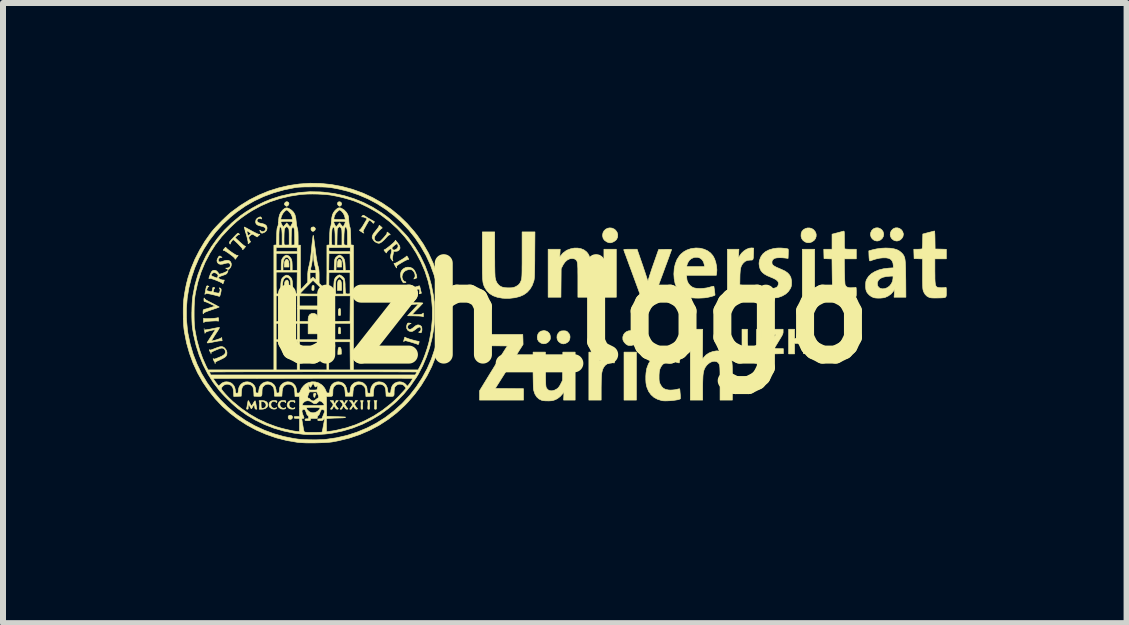
<source format=kicad_pcb>
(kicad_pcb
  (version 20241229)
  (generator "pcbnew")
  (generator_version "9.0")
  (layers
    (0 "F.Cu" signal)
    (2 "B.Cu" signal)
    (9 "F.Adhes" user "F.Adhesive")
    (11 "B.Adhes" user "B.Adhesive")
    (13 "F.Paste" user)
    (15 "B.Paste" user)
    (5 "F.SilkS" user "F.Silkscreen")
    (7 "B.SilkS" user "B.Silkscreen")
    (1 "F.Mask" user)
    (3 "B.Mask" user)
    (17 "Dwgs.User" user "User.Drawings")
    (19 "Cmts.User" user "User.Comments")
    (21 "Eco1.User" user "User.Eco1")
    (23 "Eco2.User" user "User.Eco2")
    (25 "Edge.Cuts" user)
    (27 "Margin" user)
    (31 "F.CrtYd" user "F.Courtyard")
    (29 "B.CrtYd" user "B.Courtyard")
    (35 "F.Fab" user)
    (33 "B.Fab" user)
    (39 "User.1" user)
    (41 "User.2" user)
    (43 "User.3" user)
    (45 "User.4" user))
  (footprint "uzh_logo"
    (layer "F.Cu")
    (at 6.416 2.172)
    (property "Reference" "uzh_logo" (at 0 0 0) (layer "F.SilkS") (effects (font (size 1.524 1.524) (thickness 0.3))))
    (attr through_hole)
    (fp_poly (pts (xy -6.059 0.263) (xy -6.062 0.267) (xy -6.066 0.263) (xy -6.062 0.259) (xy -6.059 0.263)) (stroke (width 0.01) (type solid)) (fill yes) (layer "F.SilkS"))
    (fp_poly (pts (xy -5.944 0.674) (xy -5.948 0.678) (xy -5.952 0.674) (xy -5.948 0.671) (xy -5.944 0.674)) (stroke (width 0.01) (type solid)) (fill yes) (layer "F.SilkS"))
    (fp_poly (pts (xy -5.876 0.834) (xy -5.879 0.838) (xy -5.883 0.834) (xy -5.879 0.831) (xy -5.876 0.834)) (stroke (width 0.01) (type solid)) (fill yes) (layer "F.SilkS"))
    (fp_poly (pts (xy 0.808 -0.267) (xy 0.602 -0.267) (xy 0.602 -1.067) (xy 0.808 -1.067) (xy 0.808 -0.267)) (stroke (width 0.01) (type solid)) (fill yes) (layer "F.SilkS"))
    (fp_poly (pts (xy 1.143 1.448) (xy 0.937 1.448) (xy 0.937 0.648) (xy 1.143 0.648) (xy 1.143 1.448)) (stroke (width 0.01) (type solid)) (fill yes) (layer "F.SilkS"))
    (fp_poly (pts (xy 4.115 -0.267) (xy 3.909 -0.267) (xy 3.909 -1.067) (xy 4.115 -1.067) (xy 4.115 -0.267)) (stroke (width 0.01) (type solid)) (fill yes) (layer "F.SilkS"))
    (fp_poly (pts (xy -4.667 -0.888) (xy -4.655 -0.865) (xy -4.649 -0.829) (xy -4.649 -0.814) (xy -4.649 -0.77) (xy -4.725 -0.77) (xy -4.725 -0.812) (xy -4.722 -0.848) (xy -4.713 -0.876) (xy -4.7 -0.893) (xy -4.685 -0.898) (xy -4.667 -0.888)) (stroke (width 0.01) (type solid)) (fill yes) (layer "F.SilkS"))
    (fp_poly (pts (xy -3.786 -0.886) (xy -3.785 -0.885) (xy -3.777 -0.87) (xy -3.773 -0.846) (xy -3.772 -0.821) (xy -3.772 -0.77) (xy -3.841 -0.77) (xy -3.841 -0.818) (xy -3.838 -0.854) (xy -3.83 -0.881) (xy -3.818 -0.896) (xy -3.803 -0.898) (xy -3.786 -0.886)) (stroke (width 0.01) (type solid)) (fill yes) (layer "F.SilkS"))
    (fp_poly (pts (xy -4.678 0.567) (xy -4.668 0.576) (xy -4.661 0.591) (xy -4.657 0.617) (xy -4.656 0.637) (xy -4.656 0.686) (xy -4.717 0.686) (xy -4.717 0.633) (xy -4.717 0.604) (xy -4.714 0.586) (xy -4.709 0.576) (xy -4.703 0.572) (xy -4.688 0.565) (xy -4.678 0.567)) (stroke (width 0.01) (type solid)) (fill yes) (layer "F.SilkS"))
    (fp_poly (pts (xy -4.609 1.705) (xy -4.594 1.716) (xy -4.592 1.722) (xy -4.591 1.744) (xy -4.602 1.761) (xy -4.619 1.769) (xy -4.64 1.767) (xy -4.649 1.763) (xy -4.66 1.746) (xy -4.662 1.726) (xy -4.653 1.709) (xy -4.648 1.705) (xy -4.629 1.7) (xy -4.609 1.705)) (stroke (width 0.01) (type solid)) (fill yes) (layer "F.SilkS"))
    (fp_poly (pts (xy -4.224 -1.433) (xy -4.219 -1.428) (xy -4.208 -1.41) (xy -4.212 -1.392) (xy -4.222 -1.379) (xy -4.241 -1.366) (xy -4.259 -1.367) (xy -4.271 -1.376) (xy -4.281 -1.394) (xy -4.281 -1.415) (xy -4.272 -1.43) (xy -4.268 -1.432) (xy -4.244 -1.44) (xy -4.224 -1.433)) (stroke (width 0.01) (type solid)) (fill yes) (layer "F.SilkS"))
    (fp_poly (pts (xy -3.793 -1.856) (xy -3.777 -1.843) (xy -3.77 -1.822) (xy -3.777 -1.802) (xy -3.786 -1.793) (xy -3.798 -1.785) (xy -3.808 -1.785) (xy -3.824 -1.795) (xy -3.824 -1.795) (xy -3.837 -1.812) (xy -3.84 -1.833) (xy -3.832 -1.85) (xy -3.814 -1.859) (xy -3.793 -1.856)) (stroke (width 0.01) (type solid)) (fill yes) (layer "F.SilkS"))
    (fp_poly (pts (xy -3.791 -0.55) (xy -3.781 -0.532) (xy -3.774 -0.5) (xy -3.772 -0.455) (xy -3.772 -0.452) (xy -3.772 -0.381) (xy -3.841 -0.381) (xy -3.841 -0.452) (xy -3.839 -0.498) (xy -3.833 -0.53) (xy -3.823 -0.55) (xy -3.808 -0.556) (xy -3.807 -0.556) (xy -3.791 -0.55)) (stroke (width 0.01) (type solid)) (fill yes) (layer "F.SilkS"))
    (fp_poly (pts (xy -3.788 0.575) (xy -3.779 0.598) (xy -3.776 0.632) (xy -3.776 0.635) (xy -3.776 0.682) (xy -3.805 0.684) (xy -3.834 0.687) (xy -3.832 0.632) (xy -3.829 0.601) (xy -3.825 0.581) (xy -3.819 0.571) (xy -3.816 0.569) (xy -3.8 0.565) (xy -3.788 0.575)) (stroke (width 0.01) (type solid)) (fill yes) (layer "F.SilkS"))
    (fp_poly (pts (xy 3.78 0.419) (xy 3.925 0.419) (xy 3.925 0.267) (xy 4.024 0.267) (xy 4.024 0.679) (xy 3.929 0.674) (xy 3.926 0.589) (xy 3.924 0.503) (xy 3.78 0.503) (xy 3.78 0.678) (xy 3.681 0.678) (xy 3.681 0.267) (xy 3.78 0.267) (xy 3.78 0.419)) (stroke (width 0.01) (type solid)) (fill yes) (layer "F.SilkS"))
    (fp_poly (pts (xy -4.672 -1.857) (xy -4.656 -1.847) (xy -4.649 -1.828) (xy -4.649 -1.825) (xy -4.654 -1.809) (xy -4.668 -1.793) (xy -4.683 -1.784) (xy -4.688 -1.783) (xy -4.697 -1.788) (xy -4.711 -1.798) (xy -4.723 -1.81) (xy -4.724 -1.824) (xy -4.721 -1.834) (xy -4.708 -1.851) (xy -4.691 -1.859) (xy -4.672 -1.857)) (stroke (width 0.01) (type solid)) (fill yes) (layer "F.SilkS"))
    (fp_poly (pts (xy -4.333 0.569) (xy -4.321 0.579) (xy -4.313 0.59) (xy -4.308 0.605) (xy -4.306 0.629) (xy -4.306 0.652) (xy -4.306 0.709) (xy -4.382 0.709) (xy -4.382 0.652) (xy -4.381 0.62) (xy -4.378 0.6) (xy -4.373 0.586) (xy -4.367 0.579) (xy -4.353 0.568) (xy -4.344 0.564) (xy -4.333 0.569)) (stroke (width 0.01) (type solid)) (fill yes) (layer "F.SilkS"))
    (fp_poly (pts (xy -4.138 0.568) (xy -4.135 0.57) (xy -4.119 0.584) (xy -4.111 0.608) (xy -4.108 0.645) (xy -4.109 0.667) (xy -4.111 0.705) (xy -4.148 0.707) (xy -4.184 0.71) (xy -4.184 0.649) (xy -4.183 0.618) (xy -4.181 0.597) (xy -4.176 0.584) (xy -4.169 0.575) (xy -4.154 0.566) (xy -4.138 0.568)) (stroke (width 0.01) (type solid)) (fill yes) (layer "F.SilkS"))
    (fp_poly (pts (xy -4.232 -0.458) (xy -4.23 -0.444) (xy -4.23 -0.423) (xy -4.23 -0.399) (xy -4.233 -0.387) (xy -4.239 -0.382) (xy -4.249 -0.381) (xy -4.26 -0.382) (xy -4.266 -0.387) (xy -4.267 -0.401) (xy -4.266 -0.421) (xy -4.264 -0.445) (xy -4.26 -0.457) (xy -4.251 -0.463) (xy -4.247 -0.463) (xy -4.237 -0.464) (xy -4.232 -0.458)) (stroke (width 0.01) (type solid)) (fill yes) (layer "F.SilkS"))
    (fp_poly (pts (xy -4.203 1.337) (xy -4.199 1.349) (xy -4.202 1.361) (xy -4.207 1.364) (xy -4.212 1.371) (xy -4.214 1.383) (xy -4.217 1.399) (xy -4.226 1.402) (xy -4.232 1.397) (xy -4.235 1.387) (xy -4.237 1.368) (xy -4.237 1.363) (xy -4.236 1.344) (xy -4.231 1.335) (xy -4.218 1.334) (xy -4.218 1.334) (xy -4.203 1.337)) (stroke (width 0.01) (type solid)) (fill yes) (layer "F.SilkS"))
    (fp_poly (pts (xy -4.674 -0.071) (xy -4.667 -0.054) (xy -4.665 -0.024) (xy -4.665 -0.003) (xy -4.668 0.02) (xy -4.673 0.031) (xy -4.682 0.036) (xy -4.685 0.037) (xy -4.694 0.037) (xy -4.699 0.033) (xy -4.701 0.022) (xy -4.702 0.000139) (xy -4.702 -0.019) (xy -4.702 -0.048) (xy -4.7 -0.065) (xy -4.696 -0.074) (xy -4.69 -0.076) (xy -4.687 -0.076) (xy -4.674 -0.071)) (stroke (width 0.01) (type solid)) (fill yes) (layer "F.SilkS"))
    (fp_poly (pts (xy -3.798 -0.079) (xy -3.792 -0.071) (xy -3.789 -0.053) (xy -3.788 -0.022) (xy -3.788 -0.018) (xy -3.788 0.011) (xy -3.789 0.027) (xy -3.793 0.035) (xy -3.8 0.038) (xy -3.807 0.038) (xy -3.817 0.037) (xy -3.822 0.033) (xy -3.825 0.021) (xy -3.826 -0.002) (xy -3.826 -0.014) (xy -3.824 -0.05) (xy -3.818 -0.072) (xy -3.807 -0.08) (xy -3.798 -0.079)) (stroke (width 0.01) (type solid)) (fill yes) (layer "F.SilkS"))
    (fp_poly (pts (xy -4.672 -0.551) (xy -4.661 -0.534) (xy -4.653 -0.505) (xy -4.649 -0.463) (xy -4.649 -0.445) (xy -4.649 -0.381) (xy -4.683 -0.381) (xy -4.709 -0.383) (xy -4.721 -0.391) (xy -4.722 -0.392) (xy -4.724 -0.405) (xy -4.725 -0.428) (xy -4.724 -0.458) (xy -4.724 -0.465) (xy -4.721 -0.498) (xy -4.718 -0.52) (xy -4.711 -0.534) (xy -4.705 -0.541) (xy -4.687 -0.553) (xy -4.672 -0.551)) (stroke (width 0.01) (type solid)) (fill yes) (layer "F.SilkS"))
    (fp_poly (pts (xy -4.676 0.232) (xy -4.669 0.243) (xy -4.665 0.264) (xy -4.664 0.297) (xy -4.664 0.298) (xy -4.664 0.323) (xy -4.667 0.336) (xy -4.672 0.342) (xy -4.683 0.343) (xy -4.683 0.343) (xy -4.693 0.342) (xy -4.698 0.338) (xy -4.701 0.327) (xy -4.702 0.306) (xy -4.702 0.286) (xy -4.702 0.256) (xy -4.7 0.239) (xy -4.696 0.231) (xy -4.689 0.229) (xy -4.688 0.229) (xy -4.676 0.232)) (stroke (width 0.01) (type solid)) (fill yes) (layer "F.SilkS"))
    (fp_poly (pts (xy -3.799 0.234) (xy -3.794 0.241) (xy -3.791 0.256) (xy -3.789 0.283) (xy -3.789 0.288) (xy -3.788 0.316) (xy -3.789 0.333) (xy -3.792 0.34) (xy -3.8 0.343) (xy -3.807 0.343) (xy -3.817 0.342) (xy -3.822 0.338) (xy -3.825 0.328) (xy -3.825 0.307) (xy -3.824 0.288) (xy -3.822 0.259) (xy -3.82 0.242) (xy -3.815 0.235) (xy -3.808 0.232) (xy -3.807 0.232) (xy -3.799 0.234)) (stroke (width 0.01) (type solid)) (fill yes) (layer "F.SilkS"))
    (fp_poly (pts (xy -3.186 1.456) (xy -3.181 1.46) (xy -3.185 1.467) (xy -3.191 1.483) (xy -3.193 1.513) (xy -3.192 1.539) (xy -3.191 1.57) (xy -3.191 1.588) (xy -3.194 1.597) (xy -3.2 1.6) (xy -3.207 1.6) (xy -3.217 1.599) (xy -3.222 1.594) (xy -3.223 1.582) (xy -3.221 1.558) (xy -3.221 1.557) (xy -3.219 1.526) (xy -3.221 1.497) (xy -3.223 1.484) (xy -3.23 1.456) (xy -3.203 1.456) (xy -3.186 1.456)) (stroke (width 0.01) (type solid)) (fill yes) (layer "F.SilkS"))
    (fp_poly (pts (xy -3.415 1.456) (xy -3.41 1.46) (xy -3.414 1.467) (xy -3.419 1.483) (xy -3.421 1.513) (xy -3.421 1.539) (xy -3.419 1.57) (xy -3.42 1.588) (xy -3.423 1.597) (xy -3.428 1.6) (xy -3.433 1.6) (xy -3.441 1.599) (xy -3.445 1.594) (xy -3.447 1.581) (xy -3.447 1.558) (xy -3.446 1.539) (xy -3.445 1.5) (xy -3.449 1.475) (xy -3.452 1.467) (xy -3.456 1.46) (xy -3.45 1.456) (xy -3.433 1.456) (xy -3.415 1.456)) (stroke (width 0.01) (type solid)) (fill yes) (layer "F.SilkS"))
    (fp_poly (pts (xy -3.301 1.456) (xy -3.296 1.46) (xy -3.3 1.467) (xy -3.305 1.483) (xy -3.307 1.513) (xy -3.306 1.539) (xy -3.305 1.57) (xy -3.306 1.588) (xy -3.308 1.597) (xy -3.314 1.6) (xy -3.32 1.6) (xy -3.328 1.6) (xy -3.333 1.595) (xy -3.334 1.584) (xy -3.334 1.562) (xy -3.332 1.54) (xy -3.331 1.503) (xy -3.333 1.48) (xy -3.338 1.467) (xy -3.342 1.46) (xy -3.336 1.456) (xy -3.319 1.456) (xy -3.301 1.456)) (stroke (width 0.01) (type solid)) (fill yes) (layer "F.SilkS"))
    (fp_poly (pts (xy 4.035 -1.421) (xy 4.072 -1.409) (xy 4.099 -1.391) (xy 4.126 -1.357) (xy 4.14 -1.32) (xy 4.14 -1.282) (xy 4.129 -1.246) (xy 4.105 -1.214) (xy 4.07 -1.19) (xy 4.066 -1.188) (xy 4.028 -1.176) (xy 3.991 -1.177) (xy 3.958 -1.188) (xy 3.923 -1.212) (xy 3.9 -1.244) (xy 3.888 -1.284) (xy 3.89 -1.329) (xy 3.89 -1.329) (xy 3.903 -1.365) (xy 3.928 -1.393) (xy 3.96 -1.412) (xy 3.996 -1.422) (xy 4.035 -1.421)) (stroke (width 0.01) (type solid)) (fill yes) (layer "F.SilkS"))
    (fp_poly (pts (xy 5.205 -1.412) (xy 5.234 -1.391) (xy 5.255 -1.362) (xy 5.265 -1.326) (xy 5.266 -1.314) (xy 5.259 -1.278) (xy 5.24 -1.246) (xy 5.211 -1.221) (xy 5.177 -1.207) (xy 5.155 -1.204) (xy 5.133 -1.208) (xy 5.109 -1.216) (xy 5.106 -1.217) (xy 5.075 -1.241) (xy 5.055 -1.271) (xy 5.046 -1.306) (xy 5.049 -1.341) (xy 5.063 -1.375) (xy 5.09 -1.403) (xy 5.1 -1.41) (xy 5.135 -1.423) (xy 5.171 -1.424) (xy 5.205 -1.412)) (stroke (width 0.01) (type solid)) (fill yes) (layer "F.SilkS"))
    (fp_poly (pts (xy 5.529 -1.414) (xy 5.558 -1.394) (xy 5.58 -1.366) (xy 5.592 -1.331) (xy 5.594 -1.314) (xy 5.587 -1.278) (xy 5.567 -1.246) (xy 5.539 -1.221) (xy 5.505 -1.207) (xy 5.483 -1.204) (xy 5.461 -1.208) (xy 5.436 -1.216) (xy 5.434 -1.217) (xy 5.403 -1.241) (xy 5.383 -1.272) (xy 5.374 -1.306) (xy 5.378 -1.342) (xy 5.393 -1.376) (xy 5.42 -1.404) (xy 5.425 -1.408) (xy 5.459 -1.423) (xy 5.495 -1.424) (xy 5.529 -1.414)) (stroke (width 0.01) (type solid)) (fill yes) (layer "F.SilkS"))
    (fp_poly (pts (xy -0.387 0.291) (xy -0.359 0.297) (xy -0.338 0.308) (xy -0.322 0.322) (xy -0.305 0.342) (xy -0.296 0.362) (xy -0.292 0.389) (xy -0.291 0.39) (xy -0.291 0.418) (xy -0.295 0.438) (xy -0.306 0.457) (xy -0.334 0.487) (xy -0.369 0.505) (xy -0.406 0.509) (xy -0.444 0.499) (xy -0.45 0.496) (xy -0.483 0.472) (xy -0.503 0.439) (xy -0.509 0.401) (xy -0.509 0.392) (xy -0.499 0.351) (xy -0.479 0.319) (xy -0.448 0.299) (xy -0.409 0.291) (xy -0.387 0.291)) (stroke (width 0.01) (type solid)) (fill yes) (layer "F.SilkS"))
    (fp_poly (pts (xy 0.738 -1.419) (xy 0.775 -1.402) (xy 0.797 -1.384) (xy 0.821 -1.35) (xy 0.832 -1.311) (xy 0.83 -1.271) (xy 0.814 -1.233) (xy 0.81 -1.228) (xy 0.789 -1.208) (xy 0.76 -1.19) (xy 0.729 -1.178) (xy 0.705 -1.174) (xy 0.684 -1.177) (xy 0.658 -1.186) (xy 0.648 -1.191) (xy 0.612 -1.216) (xy 0.589 -1.248) (xy 0.58 -1.288) (xy 0.579 -1.299) (xy 0.586 -1.34) (xy 0.604 -1.374) (xy 0.631 -1.4) (xy 0.664 -1.417) (xy 0.7 -1.423) (xy 0.738 -1.419)) (stroke (width 0.01) (type solid)) (fill yes) (layer "F.SilkS"))
    (fp_poly (pts (xy 1.094 0.301) (xy 1.109 0.309) (xy 1.136 0.331) (xy 1.158 0.361) (xy 1.171 0.393) (xy 1.173 0.412) (xy 1.169 0.436) (xy 1.157 0.464) (xy 1.143 0.49) (xy 1.131 0.505) (xy 1.095 0.527) (xy 1.056 0.538) (xy 1.016 0.537) (xy 0.994 0.53) (xy 0.968 0.513) (xy 0.943 0.487) (xy 0.924 0.457) (xy 0.918 0.438) (xy 0.917 0.396) (xy 0.928 0.36) (xy 0.95 0.329) (xy 0.98 0.306) (xy 1.015 0.293) (xy 1.054 0.291) (xy 1.094 0.301)) (stroke (width 0.01) (type solid)) (fill yes) (layer "F.SilkS"))
    (fp_poly (pts (xy -0.044 0.294) (xy -0.025 0.298) (xy -0.011 0.306) (xy -0.004 0.312) (xy 0.023 0.344) (xy 0.036 0.378) (xy 0.036 0.41) (xy 0.03 0.436) (xy 0.02 0.459) (xy 0.017 0.464) (xy -0.006 0.486) (xy -0.038 0.503) (xy -0.069 0.51) (xy -0.072 0.511) (xy -0.095 0.507) (xy -0.119 0.498) (xy -0.121 0.497) (xy -0.154 0.473) (xy -0.174 0.44) (xy -0.181 0.41) (xy -0.179 0.372) (xy -0.164 0.339) (xy -0.141 0.312) (xy -0.127 0.302) (xy -0.111 0.296) (xy -0.088 0.294) (xy -0.072 0.293) (xy -0.044 0.294)) (stroke (width 0.01) (type solid)) (fill yes) (layer "F.SilkS"))
    (fp_poly (pts (xy -0.748 0.437) (xy -0.746 0.52) (xy -0.8 0.605) (xy -0.816 0.63) (xy -0.838 0.666) (xy -0.867 0.711) (xy -0.9 0.763) (xy -0.936 0.821) (xy -0.975 0.882) (xy -1.015 0.945) (xy -1.032 0.972) (xy -1.21 1.254) (xy -0.739 1.258) (xy -0.739 1.448) (xy -1.471 1.448) (xy -1.471 1.292) (xy -1.289 0.994) (xy -1.249 0.93) (xy -1.211 0.867) (xy -1.174 0.807) (xy -1.139 0.752) (xy -1.109 0.704) (xy -1.084 0.664) (xy -1.065 0.634) (xy -1.057 0.621) (xy -1.008 0.545) (xy -1.232 0.543) (xy -1.456 0.541) (xy -1.452 0.354) (xy -0.751 0.354) (xy -0.748 0.437)) (stroke (width 0.01) (type solid)) (fill yes) (layer "F.SilkS"))
    (fp_poly (pts (xy -5.7 -1.097) (xy -5.694 -1.088) (xy -5.678 -1.073) (xy -5.654 -1.053) (xy -5.626 -1.032) (xy -5.595 -1.01) (xy -5.566 -0.991) (xy -5.541 -0.976) (xy -5.522 -0.966) (xy -5.514 -0.964) (xy -5.496 -0.965) (xy -5.519 -0.932) (xy -5.533 -0.914) (xy -5.542 -0.902) (xy -5.545 -0.899) (xy -5.547 -0.905) (xy -5.55 -0.913) (xy -5.557 -0.923) (xy -5.574 -0.939) (xy -5.598 -0.959) (xy -5.627 -0.98) (xy -5.656 -1.002) (xy -5.685 -1.021) (xy -5.71 -1.037) (xy -5.728 -1.046) (xy -5.736 -1.048) (xy -5.745 -1.048) (xy -5.743 -1.056) (xy -5.729 -1.075) (xy -5.723 -1.082) (xy -5.709 -1.097) (xy -5.701 -1.1) (xy -5.7 -1.097)) (stroke (width 0.01) (type solid)) (fill yes) (layer "F.SilkS"))
    (fp_poly (pts (xy 0.785 0.687) (xy 0.784 0.723) (xy 0.783 0.758) (xy 0.78 0.787) (xy 0.78 0.79) (xy 0.775 0.829) (xy 0.748 0.825) (xy 0.703 0.826) (xy 0.66 0.841) (xy 0.623 0.868) (xy 0.595 0.905) (xy 0.594 0.909) (xy 0.583 0.932) (xy 0.575 0.957) (xy 0.568 0.986) (xy 0.563 1.021) (xy 0.56 1.064) (xy 0.558 1.116) (xy 0.557 1.181) (xy 0.556 1.244) (xy 0.556 1.448) (xy 0.351 1.448) (xy 0.351 0.648) (xy 0.543 0.648) (xy 0.539 0.722) (xy 0.534 0.796) (xy 0.556 0.757) (xy 0.593 0.704) (xy 0.636 0.665) (xy 0.686 0.64) (xy 0.743 0.627) (xy 0.744 0.627) (xy 0.785 0.623) (xy 0.785 0.687)) (stroke (width 0.01) (type solid)) (fill yes) (layer "F.SilkS"))
    (fp_poly (pts (xy -5.824 0.078) (xy -5.822 0.094) (xy -5.822 0.104) (xy -5.823 0.125) (xy -5.826 0.133) (xy -5.832 0.131) (xy -5.844 0.128) (xy -5.871 0.127) (xy -5.912 0.129) (xy -5.948 0.131) (xy -5.993 0.134) (xy -6.025 0.137) (xy -6.046 0.141) (xy -6.058 0.146) (xy -6.064 0.15) (xy -6.069 0.155) (xy -6.072 0.15) (xy -6.074 0.133) (xy -6.074 0.118) (xy -6.073 0.093) (xy -6.07 0.082) (xy -6.067 0.083) (xy -6.061 0.087) (xy -6.05 0.09) (xy -6.031 0.091) (xy -6.002 0.09) (xy -5.96 0.089) (xy -5.955 0.088) (xy -5.915 0.086) (xy -5.881 0.083) (xy -5.854 0.079) (xy -5.838 0.076) (xy -5.836 0.075) (xy -5.828 0.073) (xy -5.824 0.078)) (stroke (width 0.01) (type solid)) (fill yes) (layer "F.SilkS"))
    (fp_poly (pts (xy -4.867 1.457) (xy -4.852 1.463) (xy -4.849 1.474) (xy -4.854 1.484) (xy -4.86 1.491) (xy -4.862 1.488) (xy -4.869 1.477) (xy -4.885 1.47) (xy -4.906 1.468) (xy -4.919 1.471) (xy -4.94 1.486) (xy -4.95 1.508) (xy -4.95 1.535) (xy -4.939 1.56) (xy -4.93 1.57) (xy -4.911 1.582) (xy -4.887 1.585) (xy -4.867 1.579) (xy -4.863 1.576) (xy -4.856 1.571) (xy -4.855 1.579) (xy -4.856 1.581) (xy -4.865 1.592) (xy -4.883 1.598) (xy -4.908 1.598) (xy -4.934 1.592) (xy -4.943 1.588) (xy -4.967 1.569) (xy -4.98 1.543) (xy -4.981 1.514) (xy -4.971 1.487) (xy -4.956 1.471) (xy -4.934 1.46) (xy -4.905 1.456) (xy -4.896 1.456) (xy -4.867 1.457)) (stroke (width 0.01) (type solid)) (fill yes) (layer "F.SilkS"))
    (fp_poly (pts (xy -2.706 0.404) (xy -2.705 0.404) (xy -2.694 0.411) (xy -2.671 0.419) (xy -2.641 0.43) (xy -2.607 0.44) (xy -2.571 0.45) (xy -2.537 0.459) (xy -2.509 0.465) (xy -2.49 0.468) (xy -2.483 0.468) (xy -2.479 0.47) (xy -2.48 0.486) (xy -2.481 0.489) (xy -2.487 0.513) (xy -2.495 0.522) (xy -2.504 0.519) (xy -2.513 0.514) (xy -2.534 0.507) (xy -2.563 0.498) (xy -2.597 0.487) (xy -2.631 0.477) (xy -2.663 0.468) (xy -2.69 0.461) (xy -2.708 0.458) (xy -2.712 0.457) (xy -2.725 0.463) (xy -2.732 0.47) (xy -2.736 0.473) (xy -2.736 0.462) (xy -2.73 0.438) (xy -2.73 0.437) (xy -2.723 0.413) (xy -2.718 0.4) (xy -2.713 0.398) (xy -2.706 0.404)) (stroke (width 0.01) (type solid)) (fill yes) (layer "F.SilkS"))
    (fp_poly (pts (xy -4.72 1.456) (xy -4.708 1.458) (xy -4.703 1.465) (xy -4.702 1.476) (xy -4.703 1.49) (xy -4.707 1.49) (xy -4.712 1.483) (xy -4.728 1.472) (xy -4.751 1.47) (xy -4.774 1.475) (xy -4.786 1.482) (xy -4.799 1.503) (xy -4.801 1.529) (xy -4.791 1.555) (xy -4.782 1.566) (xy -4.761 1.58) (xy -4.737 1.585) (xy -4.715 1.579) (xy -4.71 1.576) (xy -4.703 1.571) (xy -4.703 1.579) (xy -4.703 1.581) (xy -4.712 1.592) (xy -4.731 1.598) (xy -4.756 1.598) (xy -4.783 1.593) (xy -4.791 1.589) (xy -4.816 1.571) (xy -4.83 1.546) (xy -4.831 1.518) (xy -4.819 1.49) (xy -4.809 1.478) (xy -4.794 1.465) (xy -4.778 1.458) (xy -4.755 1.456) (xy -4.745 1.456) (xy -4.72 1.456)) (stroke (width 0.01) (type solid)) (fill yes) (layer "F.SilkS"))
    (fp_poly (pts (xy -4.568 1.456) (xy -4.555 1.458) (xy -4.55 1.465) (xy -4.55 1.476) (xy -4.55 1.49) (xy -4.554 1.49) (xy -4.559 1.483) (xy -4.576 1.472) (xy -4.598 1.47) (xy -4.622 1.475) (xy -4.633 1.482) (xy -4.646 1.503) (xy -4.648 1.529) (xy -4.639 1.555) (xy -4.63 1.566) (xy -4.608 1.58) (xy -4.584 1.585) (xy -4.563 1.579) (xy -4.558 1.576) (xy -4.551 1.571) (xy -4.55 1.579) (xy -4.551 1.581) (xy -4.556 1.591) (xy -4.568 1.596) (xy -4.588 1.598) (xy -4.616 1.597) (xy -4.639 1.59) (xy -4.643 1.589) (xy -4.667 1.568) (xy -4.679 1.541) (xy -4.677 1.512) (xy -4.663 1.484) (xy -4.657 1.478) (xy -4.641 1.465) (xy -4.625 1.458) (xy -4.602 1.456) (xy -4.592 1.456) (xy -4.568 1.456)) (stroke (width 0.01) (type solid)) (fill yes) (layer "F.SilkS"))
    (fp_poly (pts (xy 3.073 -1.088) (xy 3.098 -1.086) (xy 3.096 -1.006) (xy 3.094 -0.961) (xy 3.093 -0.929) (xy 3.089 -0.907) (xy 3.084 -0.894) (xy 3.075 -0.888) (xy 3.062 -0.886) (xy 3.044 -0.886) (xy 3.042 -0.886) (xy 2.993 -0.881) (xy 2.953 -0.863) (xy 2.921 -0.832) (xy 2.918 -0.828) (xy 2.905 -0.81) (xy 2.895 -0.792) (xy 2.887 -0.772) (xy 2.881 -0.75) (xy 2.876 -0.722) (xy 2.873 -0.686) (xy 2.87 -0.642) (xy 2.869 -0.587) (xy 2.868 -0.52) (xy 2.867 -0.493) (xy 2.864 -0.267) (xy 2.66 -0.267) (xy 2.66 -1.067) (xy 2.852 -1.067) (xy 2.848 -0.993) (xy 2.843 -0.918) (xy 2.865 -0.957) (xy 2.896 -1.001) (xy 2.935 -1.038) (xy 2.978 -1.066) (xy 3.023 -1.084) (xy 3.066 -1.089) (xy 3.073 -1.088)) (stroke (width 0.01) (type solid)) (fill yes) (layer "F.SilkS"))
    (fp_poly (pts (xy -5.06 1.46) (xy -5.029 1.472) (xy -5.01 1.492) (xy -5.002 1.513) (xy -5.003 1.544) (xy -5.017 1.569) (xy -5.043 1.588) (xy -5.079 1.598) (xy -5.104 1.6) (xy -5.144 1.6) (xy -5.139 1.545) (xy -5.138 1.505) (xy -5.141 1.479) (xy -5.143 1.472) (xy -5.144 1.471) (xy -5.114 1.471) (xy -5.114 1.523) (xy -5.113 1.55) (xy -5.111 1.57) (xy -5.108 1.58) (xy -5.108 1.58) (xy -5.094 1.585) (xy -5.074 1.584) (xy -5.054 1.576) (xy -5.045 1.57) (xy -5.032 1.548) (xy -5.031 1.523) (xy -5.041 1.499) (xy -5.058 1.481) (xy -5.082 1.471) (xy -5.09 1.471) (xy -5.114 1.471) (xy -5.144 1.471) (xy -5.147 1.463) (xy -5.145 1.458) (xy -5.135 1.456) (xy -5.112 1.456) (xy -5.104 1.456) (xy -5.06 1.46)) (stroke (width 0.01) (type solid)) (fill yes) (layer "F.SilkS"))
    (fp_poly (pts (xy -2.674 -0.942) (xy -2.666 -0.929) (xy -2.656 -0.909) (xy -2.652 -0.899) (xy -2.656 -0.896) (xy -2.66 -0.897) (xy -2.672 -0.895) (xy -2.695 -0.885) (xy -2.727 -0.869) (xy -2.765 -0.847) (xy -2.767 -0.846) (xy -2.803 -0.824) (xy -2.829 -0.808) (xy -2.845 -0.796) (xy -2.853 -0.787) (xy -2.856 -0.779) (xy -2.856 -0.773) (xy -2.854 -0.758) (xy -2.857 -0.755) (xy -2.86 -0.76) (xy -2.865 -0.77) (xy -2.876 -0.787) (xy -2.884 -0.802) (xy -2.895 -0.824) (xy -2.898 -0.834) (xy -2.893 -0.834) (xy -2.887 -0.832) (xy -2.88 -0.833) (xy -2.869 -0.837) (xy -2.853 -0.845) (xy -2.829 -0.858) (xy -2.796 -0.878) (xy -2.769 -0.894) (xy -2.738 -0.913) (xy -2.713 -0.93) (xy -2.695 -0.944) (xy -2.688 -0.952) (xy -2.684 -0.954) (xy -2.674 -0.942)) (stroke (width 0.01) (type solid)) (fill yes) (layer "F.SilkS"))
    (fp_poly (pts (xy -3.756 1.458) (xy -3.749 1.466) (xy -3.745 1.479) (xy -3.738 1.49) (xy -3.73 1.5) (xy -3.723 1.499) (xy -3.716 1.49) (xy -3.708 1.475) (xy -3.707 1.465) (xy -3.704 1.458) (xy -3.691 1.456) (xy -3.672 1.456) (xy -3.719 1.519) (xy -3.702 1.546) (xy -3.69 1.566) (xy -3.678 1.58) (xy -3.676 1.582) (xy -3.666 1.593) (xy -3.671 1.599) (xy -3.684 1.6) (xy -3.7 1.595) (xy -3.716 1.577) (xy -3.719 1.572) (xy -3.736 1.544) (xy -3.75 1.563) (xy -3.76 1.579) (xy -3.764 1.591) (xy -3.77 1.597) (xy -3.782 1.601) (xy -3.793 1.6) (xy -3.795 1.596) (xy -3.791 1.588) (xy -3.78 1.573) (xy -3.772 1.562) (xy -3.756 1.54) (xy -3.753 1.521) (xy -3.761 1.501) (xy -3.78 1.479) (xy -3.801 1.456) (xy -3.775 1.456) (xy -3.756 1.458)) (stroke (width 0.01) (type solid)) (fill yes) (layer "F.SilkS"))
    (fp_poly (pts (xy 3.589 0.306) (xy 3.589 0.321) (xy 3.586 0.335) (xy 3.581 0.351) (xy 3.572 0.37) (xy 3.557 0.396) (xy 3.536 0.431) (xy 3.517 0.462) (xy 3.494 0.5) (xy 3.474 0.533) (xy 3.458 0.56) (xy 3.448 0.578) (xy 3.445 0.585) (xy 3.452 0.587) (xy 3.471 0.589) (xy 3.498 0.59) (xy 3.519 0.591) (xy 3.593 0.591) (xy 3.593 0.674) (xy 3.458 0.677) (xy 3.323 0.679) (xy 3.323 0.638) (xy 3.323 0.623) (xy 3.325 0.609) (xy 3.331 0.593) (xy 3.34 0.574) (xy 3.354 0.548) (xy 3.374 0.513) (xy 3.395 0.478) (xy 3.418 0.439) (xy 3.438 0.406) (xy 3.454 0.379) (xy 3.464 0.361) (xy 3.467 0.354) (xy 3.46 0.352) (xy 3.441 0.351) (xy 3.414 0.351) (xy 3.395 0.351) (xy 3.323 0.351) (xy 3.323 0.267) (xy 3.589 0.267) (xy 3.589 0.306)) (stroke (width 0.01) (type solid)) (fill yes) (layer "F.SilkS"))
    (fp_poly (pts (xy -3.596 1.458) (xy -3.589 1.466) (xy -3.585 1.479) (xy -3.578 1.49) (xy -3.57 1.5) (xy -3.563 1.499) (xy -3.556 1.49) (xy -3.548 1.475) (xy -3.547 1.465) (xy -3.544 1.458) (xy -3.529 1.456) (xy -3.506 1.456) (xy -3.526 1.477) (xy -3.544 1.498) (xy -3.552 1.514) (xy -3.551 1.53) (xy -3.54 1.549) (xy -3.538 1.552) (xy -3.525 1.57) (xy -3.515 1.582) (xy -3.512 1.584) (xy -3.505 1.591) (xy -3.51 1.597) (xy -3.524 1.6) (xy -3.54 1.595) (xy -3.556 1.577) (xy -3.559 1.572) (xy -3.575 1.544) (xy -3.59 1.563) (xy -3.6 1.579) (xy -3.604 1.591) (xy -3.61 1.597) (xy -3.622 1.601) (xy -3.633 1.6) (xy -3.635 1.596) (xy -3.631 1.588) (xy -3.62 1.573) (xy -3.612 1.562) (xy -3.596 1.54) (xy -3.593 1.521) (xy -3.601 1.501) (xy -3.619 1.479) (xy -3.641 1.456) (xy -3.615 1.456) (xy -3.596 1.458)) (stroke (width 0.01) (type solid)) (fill yes) (layer "F.SilkS"))
    (fp_poly (pts (xy -6.059 -0.248) (xy -6.058 -0.246) (xy -6.047 -0.233) (xy -6.025 -0.217) (xy -5.996 -0.201) (xy -5.962 -0.184) (xy -5.923 -0.164) (xy -5.884 -0.143) (xy -5.876 -0.139) (xy -5.811 -0.104) (xy -5.834 -0.094) (xy -5.849 -0.088) (xy -5.876 -0.079) (xy -5.91 -0.067) (xy -5.949 -0.054) (xy -5.962 -0.049) (xy -6.006 -0.034) (xy -6.037 -0.022) (xy -6.058 -0.012) (xy -6.069 -0.004) (xy -6.074 0.003) (xy -6.078 0.01) (xy -6.08 0.004) (xy -6.081 -0.015) (xy -6.081 -0.015) (xy -6.08 -0.042) (xy -6.074 -0.058) (xy -6.062 -0.065) (xy -6.053 -0.067) (xy -6.038 -0.07) (xy -6.013 -0.077) (xy -5.982 -0.087) (xy -5.957 -0.094) (xy -5.879 -0.119) (xy -5.963 -0.159) (xy -5.996 -0.174) (xy -6.025 -0.186) (xy -6.046 -0.193) (xy -6.056 -0.195) (xy -6.056 -0.195) (xy -6.062 -0.197) (xy -6.065 -0.21) (xy -6.066 -0.227) (xy -6.065 -0.247) (xy -6.063 -0.254) (xy -6.059 -0.248)) (stroke (width 0.01) (type solid)) (fill yes) (layer "F.SilkS"))
    (fp_poly (pts (xy -3.912 1.457) (xy -3.906 1.463) (xy -3.906 1.465) (xy -3.905 1.478) (xy -3.899 1.49) (xy -3.89 1.5) (xy -3.883 1.499) (xy -3.876 1.49) (xy -3.868 1.475) (xy -3.868 1.465) (xy -3.864 1.458) (xy -3.849 1.456) (xy -3.826 1.456) (xy -3.846 1.477) (xy -3.864 1.498) (xy -3.872 1.514) (xy -3.871 1.53) (xy -3.86 1.549) (xy -3.858 1.552) (xy -3.845 1.57) (xy -3.835 1.582) (xy -3.832 1.584) (xy -3.825 1.591) (xy -3.83 1.597) (xy -3.844 1.6) (xy -3.86 1.595) (xy -3.876 1.577) (xy -3.879 1.572) (xy -3.896 1.544) (xy -3.91 1.563) (xy -3.92 1.579) (xy -3.925 1.591) (xy -3.93 1.597) (xy -3.942 1.601) (xy -3.953 1.6) (xy -3.955 1.596) (xy -3.951 1.588) (xy -3.94 1.573) (xy -3.932 1.562) (xy -3.917 1.54) (xy -3.913 1.521) (xy -3.921 1.501) (xy -3.94 1.479) (xy -3.961 1.456) (xy -3.932 1.456) (xy -3.912 1.457)) (stroke (width 0.01) (type solid)) (fill yes) (layer "F.SilkS"))
    (fp_poly (pts (xy -5.783 -0.945) (xy -5.765 -0.93) (xy -5.785 -0.93) (xy -5.806 -0.924) (xy -5.821 -0.909) (xy -5.828 -0.89) (xy -5.825 -0.872) (xy -5.813 -0.858) (xy -5.801 -0.855) (xy -5.784 -0.857) (xy -5.756 -0.865) (xy -5.752 -0.867) (xy -5.712 -0.879) (xy -5.682 -0.883) (xy -5.656 -0.88) (xy -5.644 -0.876) (xy -5.623 -0.858) (xy -5.612 -0.833) (xy -5.61 -0.803) (xy -5.618 -0.773) (xy -5.636 -0.747) (xy -5.637 -0.746) (xy -5.651 -0.733) (xy -5.662 -0.729) (xy -5.675 -0.734) (xy -5.681 -0.738) (xy -5.704 -0.751) (xy -5.675 -0.753) (xy -5.649 -0.761) (xy -5.631 -0.777) (xy -5.626 -0.8) (xy -5.629 -0.813) (xy -5.639 -0.831) (xy -5.656 -0.839) (xy -5.682 -0.837) (xy -5.712 -0.83) (xy -5.758 -0.818) (xy -5.794 -0.816) (xy -5.82 -0.824) (xy -5.838 -0.842) (xy -5.845 -0.857) (xy -5.849 -0.875) (xy -5.845 -0.894) (xy -5.839 -0.909) (xy -5.824 -0.938) (xy -5.811 -0.952) (xy -5.798 -0.954) (xy -5.783 -0.945)) (stroke (width 0.01) (type solid)) (fill yes) (layer "F.SilkS"))
    (fp_poly (pts (xy -5.113 -1.599) (xy -5.107 -1.588) (xy -5.102 -1.574) (xy -5.104 -1.571) (xy -5.111 -1.574) (xy -5.137 -1.58) (xy -5.16 -1.576) (xy -5.176 -1.563) (xy -5.181 -1.543) (xy -5.181 -1.54) (xy -5.175 -1.525) (xy -5.16 -1.513) (xy -5.135 -1.503) (xy -5.097 -1.495) (xy -5.094 -1.495) (xy -5.056 -1.483) (xy -5.03 -1.465) (xy -5.017 -1.44) (xy -5.014 -1.419) (xy -5.02 -1.386) (xy -5.038 -1.362) (xy -5.063 -1.346) (xy -5.089 -1.336) (xy -5.106 -1.336) (xy -5.119 -1.346) (xy -5.125 -1.356) (xy -5.134 -1.376) (xy -5.135 -1.384) (xy -5.127 -1.38) (xy -5.118 -1.372) (xy -5.095 -1.36) (xy -5.071 -1.362) (xy -5.049 -1.376) (xy -5.037 -1.396) (xy -5.039 -1.415) (xy -5.054 -1.432) (xy -5.081 -1.444) (xy -5.096 -1.448) (xy -5.141 -1.459) (xy -5.173 -1.471) (xy -5.193 -1.487) (xy -5.203 -1.507) (xy -5.205 -1.528) (xy -5.198 -1.558) (xy -5.178 -1.583) (xy -5.156 -1.596) (xy -5.134 -1.605) (xy -5.121 -1.606) (xy -5.113 -1.599)) (stroke (width 0.01) (type solid)) (fill yes) (layer "F.SilkS"))
    (fp_poly (pts (xy -2.63 -0.765) (xy -2.593 -0.75) (xy -2.57 -0.731) (xy -2.553 -0.706) (xy -2.536 -0.672) (xy -2.523 -0.636) (xy -2.519 -0.616) (xy -2.517 -0.597) (xy -2.521 -0.588) (xy -2.528 -0.585) (xy -2.547 -0.579) (xy -2.557 -0.575) (xy -2.567 -0.571) (xy -2.566 -0.575) (xy -2.559 -0.584) (xy -2.547 -0.608) (xy -2.546 -0.638) (xy -2.554 -0.669) (xy -2.571 -0.698) (xy -2.594 -0.721) (xy -2.595 -0.721) (xy -2.621 -0.73) (xy -2.655 -0.728) (xy -2.692 -0.716) (xy -2.704 -0.711) (xy -2.732 -0.689) (xy -2.753 -0.657) (xy -2.763 -0.622) (xy -2.764 -0.599) (xy -2.755 -0.569) (xy -2.741 -0.544) (xy -2.722 -0.529) (xy -2.714 -0.527) (xy -2.701 -0.522) (xy -2.698 -0.515) (xy -2.706 -0.511) (xy -2.709 -0.511) (xy -2.726 -0.508) (xy -2.73 -0.506) (xy -2.742 -0.509) (xy -2.754 -0.522) (xy -2.775 -0.562) (xy -2.786 -0.606) (xy -2.789 -0.649) (xy -2.782 -0.687) (xy -2.772 -0.709) (xy -2.743 -0.74) (xy -2.708 -0.76) (xy -2.669 -0.768) (xy -2.63 -0.765)) (stroke (width 0.01) (type solid)) (fill yes) (layer "F.SilkS"))
    (fp_poly (pts (xy -5.487 -1.33) (xy -5.484 -1.327) (xy -5.474 -1.315) (xy -5.475 -1.311) (xy -5.484 -1.311) (xy -5.498 -1.306) (xy -5.516 -1.292) (xy -5.523 -1.286) (xy -5.548 -1.261) (xy -5.467 -1.186) (xy -5.432 -1.155) (xy -5.404 -1.132) (xy -5.385 -1.119) (xy -5.375 -1.116) (xy -5.373 -1.113) (xy -5.38 -1.102) (xy -5.389 -1.09) (xy -5.407 -1.07) (xy -5.419 -1.06) (xy -5.424 -1.061) (xy -5.422 -1.069) (xy -5.426 -1.077) (xy -5.438 -1.094) (xy -5.458 -1.115) (xy -5.481 -1.14) (xy -5.506 -1.166) (xy -5.531 -1.189) (xy -5.552 -1.209) (xy -5.569 -1.222) (xy -5.577 -1.227) (xy -5.587 -1.221) (xy -5.601 -1.206) (xy -5.614 -1.187) (xy -5.624 -1.169) (xy -5.626 -1.162) (xy -5.629 -1.153) (xy -5.633 -1.156) (xy -5.638 -1.166) (xy -5.641 -1.174) (xy -5.641 -1.182) (xy -5.636 -1.193) (xy -5.624 -1.208) (xy -5.606 -1.229) (xy -5.578 -1.258) (xy -5.573 -1.264) (xy -5.543 -1.295) (xy -5.523 -1.316) (xy -5.508 -1.328) (xy -5.499 -1.334) (xy -5.493 -1.334) (xy -5.487 -1.33)) (stroke (width 0.01) (type solid)) (fill yes) (layer "F.SilkS"))
    (fp_poly (pts (xy -2.743 0.577) (xy -2.734 0.58) (xy -2.709 0.591) (xy -2.74 0.594) (xy -2.762 0.6) (xy -2.776 0.611) (xy -2.78 0.619) (xy -2.786 0.645) (xy -2.779 0.667) (xy -2.762 0.68) (xy -2.75 0.683) (xy -2.736 0.682) (xy -2.715 0.675) (xy -2.69 0.663) (xy -2.647 0.647) (xy -2.614 0.643) (xy -2.588 0.65) (xy -2.572 0.665) (xy -2.562 0.691) (xy -2.562 0.723) (xy -2.572 0.754) (xy -2.576 0.76) (xy -2.586 0.776) (xy -2.592 0.784) (xy -2.593 0.785) (xy -2.6 0.782) (xy -2.616 0.775) (xy -2.618 0.774) (xy -2.641 0.763) (xy -2.62 0.763) (xy -2.6 0.756) (xy -2.585 0.741) (xy -2.577 0.722) (xy -2.578 0.703) (xy -2.589 0.688) (xy -2.594 0.685) (xy -2.606 0.682) (xy -2.621 0.684) (xy -2.642 0.692) (xy -2.658 0.7) (xy -2.699 0.718) (xy -2.732 0.724) (xy -2.759 0.718) (xy -2.782 0.702) (xy -2.8 0.675) (xy -2.804 0.644) (xy -2.794 0.609) (xy -2.792 0.604) (xy -2.778 0.582) (xy -2.764 0.574) (xy -2.743 0.577)) (stroke (width 0.01) (type solid)) (fill yes) (layer "F.SilkS"))
    (fp_poly (pts (xy 2.995 0.404) (xy 2.995 0.463) (xy 2.997 0.508) (xy 3 0.541) (xy 3.005 0.566) (xy 3.013 0.582) (xy 3.023 0.592) (xy 3.037 0.599) (xy 3.042 0.6) (xy 3.076 0.605) (xy 3.107 0.6) (xy 3.13 0.585) (xy 3.13 0.585) (xy 3.135 0.578) (xy 3.138 0.569) (xy 3.141 0.554) (xy 3.143 0.531) (xy 3.144 0.5) (xy 3.145 0.456) (xy 3.146 0.418) (xy 3.148 0.267) (xy 3.239 0.267) (xy 3.239 0.417) (xy 3.238 0.471) (xy 3.238 0.511) (xy 3.236 0.541) (xy 3.234 0.564) (xy 3.231 0.58) (xy 3.227 0.593) (xy 3.224 0.599) (xy 3.201 0.635) (xy 3.167 0.663) (xy 3.134 0.678) (xy 3.097 0.684) (xy 3.054 0.685) (xy 3.014 0.68) (xy 2.992 0.675) (xy 2.968 0.663) (xy 2.946 0.648) (xy 2.944 0.647) (xy 2.931 0.634) (xy 2.921 0.62) (xy 2.914 0.603) (xy 2.909 0.581) (xy 2.906 0.551) (xy 2.904 0.512) (xy 2.904 0.461) (xy 2.904 0.423) (xy 2.904 0.267) (xy 2.995 0.267) (xy 2.995 0.404)) (stroke (width 0.01) (type solid)) (fill yes) (layer "F.SilkS"))
    (fp_poly (pts (xy -2.637 0.165) (xy -2.612 0.17) (xy -2.635 0.18) (xy -2.657 0.194) (xy -2.669 0.214) (xy -2.672 0.234) (xy -2.666 0.252) (xy -2.653 0.265) (xy -2.633 0.269) (xy -2.614 0.265) (xy -2.598 0.256) (xy -2.577 0.241) (xy -2.566 0.232) (xy -2.536 0.208) (xy -2.51 0.196) (xy -2.485 0.195) (xy -2.474 0.198) (xy -2.455 0.208) (xy -2.442 0.219) (xy -2.435 0.237) (xy -2.432 0.263) (xy -2.433 0.29) (xy -2.438 0.312) (xy -2.439 0.313) (xy -2.445 0.323) (xy -2.453 0.326) (xy -2.468 0.323) (xy -2.477 0.32) (xy -2.487 0.316) (xy -2.484 0.313) (xy -2.466 0.305) (xy -2.453 0.288) (xy -2.447 0.266) (xy -2.45 0.246) (xy -2.455 0.238) (xy -2.467 0.23) (xy -2.482 0.231) (xy -2.502 0.241) (xy -2.529 0.26) (xy -2.537 0.267) (xy -2.564 0.287) (xy -2.584 0.299) (xy -2.602 0.304) (xy -2.613 0.305) (xy -2.646 0.298) (xy -2.67 0.281) (xy -2.685 0.254) (xy -2.688 0.221) (xy -2.683 0.195) (xy -2.674 0.173) (xy -2.664 0.164) (xy -2.649 0.163) (xy -2.637 0.165)) (stroke (width 0.01) (type solid)) (fill yes) (layer "F.SilkS"))
    (fp_poly (pts (xy -3.393 -1.627) (xy -3.372 -1.614) (xy -3.368 -1.612) (xy -3.34 -1.593) (xy -3.305 -1.573) (xy -3.278 -1.557) (xy -3.253 -1.543) (xy -3.235 -1.533) (xy -3.225 -1.528) (xy -3.225 -1.527) (xy -3.227 -1.521) (xy -3.232 -1.51) (xy -3.239 -1.5) (xy -3.246 -1.501) (xy -3.256 -1.514) (xy -3.256 -1.514) (xy -3.274 -1.531) (xy -3.291 -1.543) (xy -3.312 -1.553) (xy -3.363 -1.464) (xy -3.385 -1.424) (xy -3.401 -1.395) (xy -3.41 -1.375) (xy -3.413 -1.361) (xy -3.411 -1.351) (xy -3.405 -1.343) (xy -3.405 -1.343) (xy -3.399 -1.336) (xy -3.402 -1.336) (xy -3.414 -1.342) (xy -3.438 -1.357) (xy -3.443 -1.36) (xy -3.464 -1.374) (xy -3.474 -1.383) (xy -3.473 -1.387) (xy -3.469 -1.389) (xy -3.459 -1.397) (xy -3.444 -1.415) (xy -3.426 -1.441) (xy -3.414 -1.46) (xy -3.395 -1.492) (xy -3.378 -1.521) (xy -3.364 -1.544) (xy -3.359 -1.552) (xy -3.345 -1.577) (xy -3.377 -1.593) (xy -3.399 -1.602) (xy -3.417 -1.606) (xy -3.423 -1.606) (xy -3.435 -1.605) (xy -3.435 -1.612) (xy -3.423 -1.626) (xy -3.414 -1.632) (xy -3.405 -1.633) (xy -3.393 -1.627)) (stroke (width 0.01) (type solid)) (fill yes) (layer "F.SilkS"))
    (fp_poly (pts (xy -0.372 0.935) (xy -0.371 1.009) (xy -0.371 1.07) (xy -0.37 1.118) (xy -0.369 1.156) (xy -0.368 1.185) (xy -0.366 1.206) (xy -0.364 1.222) (xy -0.362 1.233) (xy -0.358 1.242) (xy -0.354 1.249) (xy -0.354 1.25) (xy -0.331 1.276) (xy -0.3 1.291) (xy -0.263 1.293) (xy -0.223 1.283) (xy -0.185 1.263) (xy -0.164 1.247) (xy -0.147 1.227) (xy -0.13 1.201) (xy -0.118 1.178) (xy -0.088 1.118) (xy -0.083 0.648) (xy 0.122 0.648) (xy 0.122 1.448) (xy -0.07 1.448) (xy -0.067 1.38) (xy -0.064 1.313) (xy -0.084 1.34) (xy -0.126 1.387) (xy -0.173 1.423) (xy -0.202 1.438) (xy -0.227 1.448) (xy -0.25 1.455) (xy -0.277 1.459) (xy -0.313 1.461) (xy -0.324 1.461) (xy -0.379 1.46) (xy -0.421 1.455) (xy -0.434 1.452) (xy -0.481 1.429) (xy -0.519 1.394) (xy -0.548 1.348) (xy -0.567 1.292) (xy -0.571 1.272) (xy -0.573 1.253) (xy -0.575 1.22) (xy -0.576 1.176) (xy -0.577 1.123) (xy -0.578 1.063) (xy -0.579 0.997) (xy -0.579 0.935) (xy -0.579 0.648) (xy -0.374 0.648) (xy -0.372 0.935)) (stroke (width 0.01) (type solid)) (fill yes) (layer "F.SilkS"))
    (fp_poly (pts (xy 1.155 -1.067) (xy 1.229 -0.852) (xy 1.249 -0.795) (xy 1.267 -0.74) (xy 1.284 -0.69) (xy 1.298 -0.647) (xy 1.309 -0.614) (xy 1.316 -0.591) (xy 1.317 -0.589) (xy 1.324 -0.564) (xy 1.33 -0.547) (xy 1.334 -0.541) (xy 1.339 -0.548) (xy 1.345 -0.566) (xy 1.353 -0.592) (xy 1.356 -0.6) (xy 1.362 -0.623) (xy 1.374 -0.658) (xy 1.388 -0.702) (xy 1.405 -0.753) (xy 1.424 -0.807) (xy 1.443 -0.861) (xy 1.514 -1.063) (xy 1.622 -1.065) (xy 1.661 -1.066) (xy 1.693 -1.065) (xy 1.717 -1.064) (xy 1.729 -1.062) (xy 1.73 -1.061) (xy 1.727 -1.053) (xy 1.72 -1.032) (xy 1.708 -1) (xy 1.693 -0.957) (xy 1.674 -0.905) (xy 1.652 -0.845) (xy 1.627 -0.779) (xy 1.601 -0.707) (xy 1.584 -0.661) (xy 1.437 -0.267) (xy 1.222 -0.267) (xy 1.079 -0.657) (xy 1.052 -0.731) (xy 1.026 -0.8) (xy 1.003 -0.864) (xy 0.982 -0.921) (xy 0.964 -0.97) (xy 0.949 -1.009) (xy 0.939 -1.038) (xy 0.933 -1.054) (xy 0.932 -1.057) (xy 0.934 -1.061) (xy 0.944 -1.064) (xy 0.965 -1.066) (xy 0.998 -1.067) (xy 1.041 -1.067) (xy 1.155 -1.067)) (stroke (width 0.01) (type solid)) (fill yes) (layer "F.SilkS"))
    (fp_poly (pts (xy 0.22 -1.076) (xy 0.269 -1.056) (xy 0.31 -1.025) (xy 0.328 -1.004) (xy 0.339 -0.989) (xy 0.347 -0.974) (xy 0.355 -0.959) (xy 0.36 -0.941) (xy 0.365 -0.918) (xy 0.368 -0.89) (xy 0.37 -0.856) (xy 0.372 -0.812) (xy 0.373 -0.758) (xy 0.373 -0.693) (xy 0.373 -0.614) (xy 0.373 -0.582) (xy 0.373 -0.267) (xy 0.168 -0.267) (xy 0.168 -0.549) (xy 0.168 -0.626) (xy 0.167 -0.69) (xy 0.167 -0.742) (xy 0.165 -0.783) (xy 0.163 -0.815) (xy 0.16 -0.839) (xy 0.156 -0.857) (xy 0.151 -0.87) (xy 0.145 -0.88) (xy 0.137 -0.889) (xy 0.132 -0.894) (xy 0.106 -0.908) (xy 0.072 -0.913) (xy 0.034 -0.908) (xy 0.034 -0.908) (xy -0.005 -0.89) (xy -0.042 -0.859) (xy -0.073 -0.817) (xy -0.085 -0.794) (xy -0.111 -0.743) (xy -0.113 -0.505) (xy -0.115 -0.267) (xy -0.328 -0.267) (xy -0.328 -1.067) (xy -0.127 -1.067) (xy -0.131 -1) (xy -0.133 -0.969) (xy -0.134 -0.95) (xy -0.132 -0.943) (xy -0.129 -0.945) (xy -0.123 -0.953) (xy -0.081 -1.003) (xy -0.03 -1.042) (xy -0.012 -1.052) (xy 0.047 -1.074) (xy 0.107 -1.086) (xy 0.165 -1.086) (xy 0.22 -1.076)) (stroke (width 0.01) (type solid)) (fill yes) (layer "F.SilkS"))
    (fp_poly (pts (xy -5.321 1.462) (xy -5.312 1.478) (xy -5.3 1.501) (xy -5.288 1.524) (xy -5.278 1.541) (xy -5.272 1.547) (xy -5.266 1.541) (xy -5.256 1.524) (xy -5.243 1.501) (xy -5.243 1.5) (xy -5.23 1.478) (xy -5.22 1.464) (xy -5.213 1.46) (xy -5.213 1.46) (xy -5.209 1.471) (xy -5.203 1.492) (xy -5.198 1.519) (xy -5.198 1.522) (xy -5.193 1.55) (xy -5.189 1.574) (xy -5.185 1.589) (xy -5.185 1.589) (xy -5.184 1.598) (xy -5.194 1.6) (xy -5.198 1.599) (xy -5.21 1.595) (xy -5.216 1.584) (xy -5.219 1.566) (xy -5.223 1.54) (xy -5.229 1.53) (xy -5.238 1.534) (xy -5.25 1.553) (xy -5.252 1.557) (xy -5.263 1.577) (xy -5.272 1.59) (xy -5.275 1.593) (xy -5.282 1.586) (xy -5.292 1.57) (xy -5.298 1.558) (xy -5.309 1.539) (xy -5.318 1.526) (xy -5.321 1.524) (xy -5.325 1.531) (xy -5.328 1.548) (xy -5.329 1.571) (xy -5.328 1.587) (xy -5.333 1.598) (xy -5.343 1.6) (xy -5.355 1.597) (xy -5.355 1.59) (xy -5.352 1.577) (xy -5.347 1.554) (xy -5.343 1.525) (xy -5.341 1.517) (xy -5.336 1.489) (xy -5.332 1.467) (xy -5.328 1.456) (xy -5.327 1.456) (xy -5.321 1.462)) (stroke (width 0.01) (type solid)) (fill yes) (layer "F.SilkS"))
    (fp_poly (pts (xy 2.247 0.517) (xy 2.244 0.767) (xy 2.265 0.738) (xy 2.305 0.695) (xy 2.355 0.662) (xy 2.412 0.64) (xy 2.474 0.628) (xy 2.538 0.629) (xy 2.559 0.632) (xy 2.615 0.648) (xy 2.662 0.673) (xy 2.697 0.708) (xy 2.702 0.715) (xy 2.711 0.731) (xy 2.719 0.746) (xy 2.726 0.763) (xy 2.731 0.783) (xy 2.735 0.807) (xy 2.738 0.838) (xy 2.741 0.876) (xy 2.742 0.923) (xy 2.743 0.98) (xy 2.743 1.05) (xy 2.743 1.133) (xy 2.743 1.137) (xy 2.743 1.448) (xy 2.538 1.448) (xy 2.538 1.166) (xy 2.538 1.091) (xy 2.537 1.03) (xy 2.537 0.981) (xy 2.536 0.942) (xy 2.535 0.913) (xy 2.533 0.89) (xy 2.531 0.874) (xy 2.528 0.862) (xy 2.525 0.853) (xy 2.507 0.824) (xy 2.481 0.807) (xy 2.45 0.8) (xy 2.416 0.803) (xy 2.381 0.816) (xy 2.347 0.838) (xy 2.315 0.868) (xy 2.289 0.905) (xy 2.278 0.928) (xy 2.269 0.951) (xy 2.263 0.977) (xy 2.257 1.008) (xy 2.253 1.046) (xy 2.251 1.093) (xy 2.249 1.151) (xy 2.248 1.221) (xy 2.248 1.256) (xy 2.248 1.448) (xy 2.042 1.448) (xy 2.042 0.267) (xy 2.249 0.267) (xy 2.247 0.517)) (stroke (width 0.01) (type solid)) (fill yes) (layer "F.SilkS"))
    (fp_poly (pts (xy -5.748 0.561) (xy -5.728 0.574) (xy -5.719 0.582) (xy -5.695 0.614) (xy -5.683 0.649) (xy -5.684 0.683) (xy -5.688 0.696) (xy -5.697 0.713) (xy -5.711 0.728) (xy -5.731 0.742) (xy -5.761 0.758) (xy -5.802 0.778) (xy -5.809 0.781) (xy -5.838 0.794) (xy -5.86 0.805) (xy -5.873 0.814) (xy -5.876 0.816) (xy -5.878 0.824) (xy -5.885 0.819) (xy -5.894 0.805) (xy -5.899 0.794) (xy -5.907 0.774) (xy -5.912 0.76) (xy -5.913 0.758) (xy -5.911 0.756) (xy -5.906 0.76) (xy -5.897 0.764) (xy -5.881 0.762) (xy -5.857 0.753) (xy -5.806 0.732) (xy -5.767 0.715) (xy -5.74 0.698) (xy -5.722 0.683) (xy -5.712 0.667) (xy -5.708 0.649) (xy -5.708 0.644) (xy -5.714 0.614) (xy -5.731 0.592) (xy -5.757 0.581) (xy -5.776 0.581) (xy -5.796 0.586) (xy -5.824 0.596) (xy -5.857 0.609) (xy -5.89 0.623) (xy -5.918 0.636) (xy -5.939 0.648) (xy -5.944 0.652) (xy -5.952 0.656) (xy -5.959 0.651) (xy -5.967 0.634) (xy -5.969 0.631) (xy -5.976 0.613) (xy -5.976 0.607) (xy -5.971 0.61) (xy -5.963 0.613) (xy -5.95 0.612) (xy -5.93 0.606) (xy -5.899 0.594) (xy -5.884 0.588) (xy -5.836 0.57) (xy -5.8 0.559) (xy -5.771 0.556) (xy -5.748 0.561)) (stroke (width 0.01) (type solid)) (fill yes) (layer "F.SilkS"))
    (fp_poly (pts (xy -3.13 -1.457) (xy -3.117 -1.446) (xy -3.1 -1.431) (xy -3.094 -1.423) (xy -3.098 -1.418) (xy -3.101 -1.416) (xy -3.113 -1.408) (xy -3.131 -1.39) (xy -3.153 -1.366) (xy -3.176 -1.339) (xy -3.197 -1.313) (xy -3.213 -1.29) (xy -3.221 -1.275) (xy -3.226 -1.247) (xy -3.218 -1.222) (xy -3.202 -1.202) (xy -3.178 -1.191) (xy -3.151 -1.19) (xy -3.132 -1.197) (xy -3.121 -1.205) (xy -3.103 -1.223) (xy -3.081 -1.246) (xy -3.063 -1.266) (xy -3.036 -1.298) (xy -3.019 -1.322) (xy -3.013 -1.337) (xy -3.013 -1.342) (xy -3.014 -1.351) (xy -3.01 -1.352) (xy -2.997 -1.343) (xy -2.995 -1.342) (xy -2.978 -1.328) (xy -2.965 -1.316) (xy -2.96 -1.307) (xy -2.968 -1.307) (xy -2.97 -1.308) (xy -2.981 -1.306) (xy -2.995 -1.295) (xy -3.017 -1.274) (xy -3.032 -1.256) (xy -3.07 -1.216) (xy -3.104 -1.187) (xy -3.133 -1.17) (xy -3.151 -1.166) (xy -3.169 -1.17) (xy -3.189 -1.177) (xy -3.215 -1.192) (xy -3.237 -1.215) (xy -3.254 -1.241) (xy -3.262 -1.264) (xy -3.262 -1.266) (xy -3.259 -1.287) (xy -3.25 -1.309) (xy -3.234 -1.336) (xy -3.208 -1.368) (xy -3.193 -1.387) (xy -3.173 -1.412) (xy -3.157 -1.435) (xy -3.148 -1.451) (xy -3.147 -1.456) (xy -3.146 -1.464) (xy -3.141 -1.465) (xy -3.13 -1.457)) (stroke (width 0.01) (type solid)) (fill yes) (layer "F.SilkS"))
    (fp_poly (pts (xy -5.386 -1.434) (xy -5.368 -1.426) (xy -5.341 -1.411) (xy -5.308 -1.393) (xy -5.281 -1.378) (xy -5.24 -1.356) (xy -5.204 -1.338) (xy -5.175 -1.324) (xy -5.155 -1.317) (xy -5.149 -1.316) (xy -5.136 -1.315) (xy -5.134 -1.311) (xy -5.144 -1.304) (xy -5.159 -1.291) (xy -5.16 -1.289) (xy -5.18 -1.272) (xy -5.217 -1.295) (xy -5.238 -1.308) (xy -5.255 -1.316) (xy -5.262 -1.318) (xy -5.272 -1.313) (xy -5.288 -1.302) (xy -5.295 -1.296) (xy -5.311 -1.28) (xy -5.318 -1.267) (xy -5.317 -1.25) (xy -5.316 -1.246) (xy -5.309 -1.224) (xy -5.299 -1.207) (xy -5.298 -1.206) (xy -5.29 -1.196) (xy -5.292 -1.188) (xy -5.304 -1.176) (xy -5.305 -1.176) (xy -5.322 -1.162) (xy -5.329 -1.16) (xy -5.33 -1.168) (xy -5.329 -1.177) (xy -5.33 -1.19) (xy -5.335 -1.215) (xy -5.343 -1.249) (xy -5.353 -1.289) (xy -5.361 -1.315) (xy -5.373 -1.355) (xy -5.376 -1.365) (xy -5.351 -1.365) (xy -5.348 -1.349) (xy -5.344 -1.334) (xy -5.336 -1.312) (xy -5.329 -1.298) (xy -5.326 -1.296) (xy -5.317 -1.3) (xy -5.302 -1.311) (xy -5.3 -1.313) (xy -5.279 -1.33) (xy -5.311 -1.351) (xy -5.33 -1.363) (xy -5.345 -1.371) (xy -5.349 -1.372) (xy -5.351 -1.365) (xy -5.376 -1.365) (xy -5.382 -1.39) (xy -5.39 -1.417) (xy -5.393 -1.433) (xy -5.394 -1.437) (xy -5.386 -1.434)) (stroke (width 0.01) (type solid)) (fill yes) (layer "F.SilkS"))
    (fp_poly (pts (xy -2.67 -0.189) (xy -2.667 -0.184) (xy -2.661 -0.18) (xy -2.649 -0.178) (xy -2.629 -0.176) (xy -2.598 -0.176) (xy -2.555 -0.175) (xy -2.541 -0.175) (xy -2.499 -0.175) (xy -2.463 -0.174) (xy -2.436 -0.173) (xy -2.419 -0.171) (xy -2.416 -0.169) (xy -2.421 -0.162) (xy -2.435 -0.147) (xy -2.457 -0.124) (xy -2.483 -0.096) (xy -2.503 -0.076) (xy -2.533 -0.046) (xy -2.558 -0.02) (xy -2.577 0.001) (xy -2.589 0.014) (xy -2.591 0.018) (xy -2.584 0.02) (xy -2.565 0.022) (xy -2.537 0.022) (xy -2.51 0.022) (xy -2.473 0.02) (xy -2.448 0.018) (xy -2.432 0.014) (xy -2.423 0.009) (xy -2.419 0.004) (xy -2.412 -0.003) (xy -2.409 -0.001) (xy -2.408 0.014) (xy -2.408 0.025) (xy -2.408 0.048) (xy -2.41 0.059) (xy -2.414 0.059) (xy -2.42 0.054) (xy -2.43 0.051) (xy -2.452 0.048) (xy -2.484 0.046) (xy -2.523 0.045) (xy -2.549 0.044) (xy -2.671 0.042) (xy -2.614 -0.019) (xy -2.586 -0.049) (xy -2.558 -0.079) (xy -2.533 -0.106) (xy -2.523 -0.117) (xy -2.488 -0.154) (xy -2.568 -0.149) (xy -2.605 -0.146) (xy -2.631 -0.143) (xy -2.647 -0.139) (xy -2.657 -0.133) (xy -2.662 -0.128) (xy -2.669 -0.12) (xy -2.673 -0.121) (xy -2.674 -0.131) (xy -2.674 -0.154) (xy -2.674 -0.157) (xy -2.673 -0.178) (xy -2.671 -0.19) (xy -2.67 -0.189)) (stroke (width 0.01) (type solid)) (fill yes) (layer "F.SilkS"))
    (fp_poly (pts (xy -5.993 -0.452) (xy -5.99 -0.45) (xy -5.983 -0.444) (xy -5.99 -0.442) (xy -5.991 -0.442) (xy -6.001 -0.435) (xy -6.01 -0.419) (xy -6.018 -0.398) (xy -6.02 -0.38) (xy -6.014 -0.376) (xy -5.997 -0.371) (xy -5.976 -0.365) (xy -5.954 -0.36) (xy -5.938 -0.358) (xy -5.936 -0.358) (xy -5.932 -0.365) (xy -5.927 -0.383) (xy -5.924 -0.397) (xy -5.92 -0.42) (xy -5.915 -0.43) (xy -5.908 -0.431) (xy -5.893 -0.427) (xy -5.889 -0.427) (xy -5.887 -0.422) (xy -5.893 -0.413) (xy -5.903 -0.396) (xy -5.909 -0.376) (xy -5.912 -0.362) (xy -5.909 -0.354) (xy -5.897 -0.349) (xy -5.876 -0.344) (xy -5.843 -0.337) (xy -5.823 -0.336) (xy -5.811 -0.339) (xy -5.805 -0.349) (xy -5.803 -0.356) (xy -5.798 -0.375) (xy -5.796 -0.386) (xy -5.798 -0.398) (xy -5.804 -0.411) (xy -5.811 -0.422) (xy -5.807 -0.423) (xy -5.798 -0.42) (xy -5.785 -0.412) (xy -5.779 -0.396) (xy -5.78 -0.372) (xy -5.787 -0.337) (xy -5.79 -0.326) (xy -5.797 -0.3) (xy -5.803 -0.285) (xy -5.809 -0.281) (xy -5.817 -0.283) (xy -5.829 -0.287) (xy -5.853 -0.294) (xy -5.885 -0.302) (xy -5.923 -0.311) (xy -5.931 -0.313) (xy -5.972 -0.322) (xy -6 -0.327) (xy -6.019 -0.33) (xy -6.03 -0.33) (xy -6.037 -0.327) (xy -6.042 -0.322) (xy -6.049 -0.314) (xy -6.05 -0.319) (xy -6.048 -0.332) (xy -6.044 -0.351) (xy -6.039 -0.379) (xy -6.034 -0.406) (xy -6.027 -0.436) (xy -6.019 -0.453) (xy -6.008 -0.458) (xy -5.993 -0.452)) (stroke (width 0.01) (type solid)) (fill yes) (layer "F.SilkS"))
    (fp_poly (pts (xy -5.809 0.238) (xy -5.809 0.243) (xy -5.814 0.255) (xy -5.824 0.273) (xy -5.841 0.3) (xy -5.866 0.338) (xy -5.88 0.359) (xy -5.902 0.394) (xy -5.92 0.423) (xy -5.934 0.446) (xy -5.941 0.459) (xy -5.942 0.462) (xy -5.933 0.462) (xy -5.914 0.458) (xy -5.887 0.451) (xy -5.858 0.443) (xy -5.829 0.433) (xy -5.804 0.425) (xy -5.787 0.417) (xy -5.784 0.415) (xy -5.773 0.406) (xy -5.769 0.408) (xy -5.769 0.416) (xy -5.767 0.436) (xy -5.764 0.446) (xy -5.763 0.458) (xy -5.771 0.46) (xy -5.782 0.459) (xy -5.797 0.46) (xy -5.824 0.463) (xy -5.858 0.469) (xy -5.893 0.476) (xy -5.941 0.486) (xy -5.975 0.492) (xy -5.998 0.495) (xy -6.01 0.494) (xy -6.013 0.491) (xy -6.009 0.484) (xy -5.998 0.466) (xy -5.981 0.44) (xy -5.961 0.408) (xy -5.947 0.387) (xy -5.924 0.352) (xy -5.905 0.321) (xy -5.889 0.296) (xy -5.88 0.281) (xy -5.878 0.277) (xy -5.883 0.275) (xy -5.902 0.277) (xy -5.933 0.283) (xy -5.956 0.289) (xy -5.995 0.299) (xy -6.021 0.308) (xy -6.036 0.315) (xy -6.044 0.323) (xy -6.044 0.324) (xy -6.049 0.335) (xy -6.05 0.331) (xy -6.05 0.324) (xy -6.053 0.304) (xy -6.056 0.29) (xy -6.057 0.278) (xy -6.053 0.277) (xy -6.043 0.277) (xy -6.021 0.275) (xy -5.99 0.27) (xy -5.952 0.263) (xy -5.932 0.259) (xy -5.893 0.251) (xy -5.858 0.244) (xy -5.831 0.239) (xy -5.816 0.237) (xy -5.813 0.236) (xy -5.809 0.238)) (stroke (width 0.01) (type solid)) (fill yes) (layer "F.SilkS"))
    (fp_poly (pts (xy -2.47 -0.451) (xy -2.465 -0.433) (xy -2.459 -0.409) (xy -2.453 -0.381) (xy -2.447 -0.357) (xy -2.443 -0.342) (xy -2.442 -0.342) (xy -2.443 -0.332) (xy -2.455 -0.327) (xy -2.461 -0.326) (xy -2.477 -0.325) (xy -2.478 -0.329) (xy -2.477 -0.331) (xy -2.471 -0.345) (xy -2.469 -0.366) (xy -2.472 -0.386) (xy -2.476 -0.395) (xy -2.482 -0.401) (xy -2.495 -0.402) (xy -2.517 -0.398) (xy -2.525 -0.396) (xy -2.549 -0.391) (xy -2.562 -0.384) (xy -2.565 -0.372) (xy -2.56 -0.352) (xy -2.552 -0.33) (xy -2.552 -0.315) (xy -2.565 -0.306) (xy -2.581 -0.305) (xy -2.589 -0.307) (xy -2.584 -0.315) (xy -2.584 -0.316) (xy -2.579 -0.33) (xy -2.578 -0.349) (xy -2.582 -0.367) (xy -2.589 -0.379) (xy -2.593 -0.381) (xy -2.606 -0.379) (xy -2.627 -0.374) (xy -2.641 -0.371) (xy -2.664 -0.363) (xy -2.677 -0.355) (xy -2.681 -0.344) (xy -2.681 -0.315) (xy -2.671 -0.293) (xy -2.658 -0.282) (xy -2.648 -0.278) (xy -2.651 -0.275) (xy -2.665 -0.275) (xy -2.684 -0.277) (xy -2.692 -0.286) (xy -2.694 -0.291) (xy -2.697 -0.308) (xy -2.703 -0.333) (xy -2.709 -0.361) (xy -2.714 -0.388) (xy -2.717 -0.408) (xy -2.717 -0.418) (xy -2.717 -0.418) (xy -2.713 -0.416) (xy -2.713 -0.413) (xy -2.707 -0.405) (xy -2.7 -0.404) (xy -2.684 -0.406) (xy -2.659 -0.411) (xy -2.626 -0.417) (xy -2.591 -0.426) (xy -2.555 -0.434) (xy -2.523 -0.443) (xy -2.498 -0.45) (xy -2.484 -0.455) (xy -2.482 -0.456) (xy -2.476 -0.458) (xy -2.47 -0.451)) (stroke (width 0.01) (type solid)) (fill yes) (layer "F.SilkS"))
    (fp_poly (pts (xy 6.115 -1.364) (xy 6.117 -1.344) (xy 6.119 -1.313) (xy 6.12 -1.274) (xy 6.121 -1.229) (xy 6.121 -1.221) (xy 6.123 -1.071) (xy 6.217 -1.069) (xy 6.31 -1.066) (xy 6.31 -0.907) (xy 6.119 -0.907) (xy 6.119 -0.701) (xy 6.12 -0.632) (xy 6.12 -0.577) (xy 6.122 -0.534) (xy 6.125 -0.502) (xy 6.128 -0.477) (xy 6.134 -0.46) (xy 6.141 -0.448) (xy 6.15 -0.439) (xy 6.159 -0.434) (xy 6.176 -0.429) (xy 6.203 -0.426) (xy 6.234 -0.425) (xy 6.265 -0.426) (xy 6.289 -0.429) (xy 6.294 -0.43) (xy 6.301 -0.432) (xy 6.306 -0.43) (xy 6.308 -0.421) (xy 6.31 -0.403) (xy 6.31 -0.375) (xy 6.31 -0.352) (xy 6.31 -0.319) (xy 6.309 -0.295) (xy 6.305 -0.278) (xy 6.296 -0.267) (xy 6.28 -0.261) (xy 6.255 -0.258) (xy 6.219 -0.256) (xy 6.169 -0.255) (xy 6.169 -0.255) (xy 6.119 -0.254) (xy 6.082 -0.255) (xy 6.054 -0.257) (xy 6.032 -0.262) (xy 6.027 -0.263) (xy 5.989 -0.283) (xy 5.957 -0.314) (xy 5.933 -0.355) (xy 5.926 -0.374) (xy 5.922 -0.389) (xy 5.919 -0.406) (xy 5.917 -0.43) (xy 5.916 -0.461) (xy 5.915 -0.501) (xy 5.914 -0.551) (xy 5.914 -0.614) (xy 5.914 -0.66) (xy 5.914 -0.906) (xy 5.773 -0.911) (xy 5.768 -1.067) (xy 5.832 -1.067) (xy 5.862 -1.068) (xy 5.887 -1.07) (xy 5.902 -1.072) (xy 5.904 -1.073) (xy 5.908 -1.082) (xy 5.911 -1.102) (xy 5.913 -1.135) (xy 5.915 -1.182) (xy 5.915 -1.2) (xy 5.918 -1.321) (xy 6.013 -1.346) (xy 6.049 -1.355) (xy 6.08 -1.363) (xy 6.102 -1.369) (xy 6.113 -1.371) (xy 6.114 -1.371) (xy 6.115 -1.364)) (stroke (width 0.01) (type solid)) (fill yes) (layer "F.SilkS"))
    (fp_poly (pts (xy -2.871 -1.213) (xy -2.856 -1.197) (xy -2.835 -1.169) (xy -2.832 -1.165) (xy -2.808 -1.13) (xy -2.798 -1.101) (xy -2.799 -1.077) (xy -2.812 -1.056) (xy -2.816 -1.051) (xy -2.835 -1.038) (xy -2.859 -1.033) (xy -2.87 -1.033) (xy -2.89 -1.033) (xy -2.902 -1.031) (xy -2.904 -1.03) (xy -2.905 -1.022) (xy -2.909 -1.002) (xy -2.914 -0.975) (xy -2.916 -0.966) (xy -2.922 -0.931) (xy -2.924 -0.907) (xy -2.921 -0.891) (xy -2.92 -0.887) (xy -2.914 -0.872) (xy -2.917 -0.87) (xy -2.927 -0.881) (xy -2.937 -0.894) (xy -2.949 -0.912) (xy -2.955 -0.928) (xy -2.955 -0.949) (xy -2.951 -0.976) (xy -2.944 -1.002) (xy -2.938 -1.031) (xy -2.936 -1.049) (xy -2.939 -1.06) (xy -2.942 -1.063) (xy -2.951 -1.072) (xy -2.96 -1.073) (xy -2.974 -1.065) (xy -2.995 -1.047) (xy -2.995 -1.047) (xy -3.015 -1.026) (xy -3.022 -1.01) (xy -3.022 -1.007) (xy -3.024 -1.005) (xy -3.033 -1.013) (xy -3.044 -1.025) (xy -3.058 -1.043) (xy -3.064 -1.053) (xy -3.061 -1.058) (xy -3.056 -1.059) (xy -3.042 -1.066) (xy -3.021 -1.08) (xy -3.019 -1.082) (xy -2.932 -1.082) (xy -2.925 -1.07) (xy -2.921 -1.066) (xy -2.906 -1.054) (xy -2.887 -1.054) (xy -2.863 -1.065) (xy -2.86 -1.067) (xy -2.838 -1.087) (xy -2.829 -1.113) (xy -2.834 -1.14) (xy -2.842 -1.153) (xy -2.851 -1.157) (xy -2.865 -1.151) (xy -2.886 -1.136) (xy -2.897 -1.127) (xy -2.919 -1.107) (xy -2.931 -1.093) (xy -2.932 -1.082) (xy -3.019 -1.082) (xy -2.995 -1.1) (xy -2.967 -1.122) (xy -2.939 -1.146) (xy -2.913 -1.168) (xy -2.893 -1.188) (xy -2.88 -1.202) (xy -2.876 -1.209) (xy -2.878 -1.217) (xy -2.871 -1.213)) (stroke (width 0.01) (type solid)) (fill yes) (layer "F.SilkS"))
    (fp_poly (pts (xy -1.219 -1.004) (xy -1.219 -0.93) (xy -1.218 -0.859) (xy -1.218 -0.793) (xy -1.217 -0.733) (xy -1.216 -0.682) (xy -1.214 -0.642) (xy -1.213 -0.613) (xy -1.212 -0.6) (xy -1.2 -0.547) (xy -1.18 -0.505) (xy -1.152 -0.471) (xy -1.147 -0.466) (xy -1.12 -0.447) (xy -1.088 -0.434) (xy -1.048 -0.426) (xy -0.997 -0.423) (xy -0.983 -0.423) (xy -0.946 -0.424) (xy -0.921 -0.426) (xy -0.9 -0.431) (xy -0.879 -0.439) (xy -0.864 -0.446) (xy -0.827 -0.469) (xy -0.801 -0.497) (xy -0.782 -0.535) (xy -0.773 -0.559) (xy -0.771 -0.57) (xy -0.769 -0.585) (xy -0.767 -0.605) (xy -0.765 -0.632) (xy -0.764 -0.666) (xy -0.763 -0.71) (xy -0.763 -0.764) (xy -0.762 -0.829) (xy -0.762 -0.907) (xy -0.762 -0.977) (xy -0.762 -1.356) (xy -0.548 -1.356) (xy -0.551 -0.97) (xy -0.551 -0.881) (xy -0.552 -0.806) (xy -0.553 -0.744) (xy -0.554 -0.693) (xy -0.555 -0.652) (xy -0.556 -0.619) (xy -0.558 -0.593) (xy -0.56 -0.573) (xy -0.562 -0.557) (xy -0.565 -0.544) (xy -0.567 -0.537) (xy -0.594 -0.463) (xy -0.631 -0.401) (xy -0.678 -0.349) (xy -0.734 -0.309) (xy -0.802 -0.279) (xy -0.881 -0.259) (xy -0.968 -0.249) (xy -1.008 -0.248) (xy -1.052 -0.249) (xy -1.089 -0.251) (xy -1.097 -0.252) (xy -1.177 -0.267) (xy -1.246 -0.292) (xy -1.304 -0.328) (xy -1.35 -0.375) (xy -1.383 -0.426) (xy -1.392 -0.444) (xy -1.399 -0.461) (xy -1.405 -0.479) (xy -1.411 -0.499) (xy -1.415 -0.522) (xy -1.418 -0.55) (xy -1.421 -0.583) (xy -1.422 -0.625) (xy -1.424 -0.675) (xy -1.424 -0.735) (xy -1.425 -0.807) (xy -1.425 -0.892) (xy -1.425 -0.958) (xy -1.425 -1.356) (xy -1.219 -1.356) (xy -1.219 -1.004)) (stroke (width 0.01) (type solid)) (fill yes) (layer "F.SilkS"))
    (fp_poly (pts (xy 2.205 -1.084) (xy 2.27 -1.068) (xy 2.328 -1.042) (xy 2.379 -1.005) (xy 2.419 -0.959) (xy 2.419 -0.958) (xy 2.446 -0.909) (xy 2.466 -0.85) (xy 2.479 -0.787) (xy 2.485 -0.723) (xy 2.481 -0.668) (xy 2.476 -0.633) (xy 1.981 -0.633) (xy 1.981 -0.6) (xy 1.988 -0.547) (xy 2.008 -0.501) (xy 2.038 -0.463) (xy 2.078 -0.434) (xy 2.108 -0.422) (xy 2.152 -0.414) (xy 2.205 -0.412) (xy 2.262 -0.415) (xy 2.319 -0.423) (xy 2.371 -0.436) (xy 2.372 -0.437) (xy 2.405 -0.446) (xy 2.426 -0.45) (xy 2.434 -0.448) (xy 2.435 -0.447) (xy 2.437 -0.436) (xy 2.44 -0.415) (xy 2.444 -0.388) (xy 2.448 -0.358) (xy 2.451 -0.331) (xy 2.453 -0.312) (xy 2.454 -0.304) (xy 2.447 -0.298) (xy 2.428 -0.29) (xy 2.399 -0.281) (xy 2.363 -0.272) (xy 2.323 -0.263) (xy 2.322 -0.263) (xy 2.281 -0.257) (xy 2.232 -0.254) (xy 2.179 -0.252) (xy 2.127 -0.253) (xy 2.079 -0.256) (xy 2.041 -0.261) (xy 2.027 -0.264) (xy 1.958 -0.289) (xy 1.899 -0.325) (xy 1.851 -0.372) (xy 1.814 -0.429) (xy 1.788 -0.497) (xy 1.773 -0.576) (xy 1.768 -0.655) (xy 1.774 -0.744) (xy 1.781 -0.777) (xy 1.98 -0.777) (xy 2.281 -0.777) (xy 2.275 -0.809) (xy 2.262 -0.856) (xy 2.238 -0.893) (xy 2.205 -0.919) (xy 2.166 -0.933) (xy 2.121 -0.933) (xy 2.102 -0.929) (xy 2.058 -0.91) (xy 2.023 -0.879) (xy 1.997 -0.836) (xy 1.985 -0.798) (xy 1.98 -0.777) (xy 1.781 -0.777) (xy 1.792 -0.824) (xy 1.82 -0.895) (xy 1.86 -0.957) (xy 1.887 -0.987) (xy 1.934 -1.026) (xy 1.985 -1.054) (xy 2.046 -1.075) (xy 2.065 -1.079) (xy 2.136 -1.088) (xy 2.205 -1.084)) (stroke (width 0.01) (type solid)) (fill yes) (layer "F.SilkS"))
    (fp_poly (pts (xy 4.605 -1.366) (xy 4.608 -1.357) (xy 4.609 -1.341) (xy 4.61 -1.316) (xy 4.61 -1.279) (xy 4.611 -1.229) (xy 4.611 -1.224) (xy 4.611 -1.173) (xy 4.611 -1.134) (xy 4.612 -1.107) (xy 4.614 -1.089) (xy 4.617 -1.078) (xy 4.62 -1.073) (xy 4.623 -1.072) (xy 4.635 -1.07) (xy 4.659 -1.068) (xy 4.69 -1.067) (xy 4.722 -1.067) (xy 4.809 -1.067) (xy 4.809 -0.907) (xy 4.609 -0.907) (xy 4.612 -0.699) (xy 4.614 -0.632) (xy 4.615 -0.574) (xy 4.618 -0.528) (xy 4.62 -0.495) (xy 4.623 -0.475) (xy 4.624 -0.471) (xy 4.64 -0.447) (xy 4.664 -0.432) (xy 4.698 -0.425) (xy 4.725 -0.425) (xy 4.754 -0.426) (xy 4.779 -0.428) (xy 4.793 -0.43) (xy 4.8 -0.432) (xy 4.804 -0.43) (xy 4.807 -0.421) (xy 4.808 -0.403) (xy 4.809 -0.375) (xy 4.809 -0.352) (xy 4.809 -0.319) (xy 4.808 -0.295) (xy 4.804 -0.278) (xy 4.795 -0.267) (xy 4.779 -0.261) (xy 4.754 -0.258) (xy 4.717 -0.256) (xy 4.668 -0.255) (xy 4.668 -0.255) (xy 4.618 -0.254) (xy 4.581 -0.254) (xy 4.553 -0.257) (xy 4.531 -0.261) (xy 4.525 -0.263) (xy 4.483 -0.284) (xy 4.449 -0.317) (xy 4.426 -0.359) (xy 4.423 -0.368) (xy 4.419 -0.381) (xy 4.416 -0.398) (xy 4.414 -0.419) (xy 4.412 -0.447) (xy 4.41 -0.483) (xy 4.409 -0.528) (xy 4.408 -0.586) (xy 4.407 -0.657) (xy 4.404 -0.906) (xy 4.337 -0.908) (xy 4.271 -0.911) (xy 4.269 -0.989) (xy 4.267 -1.067) (xy 4.405 -1.067) (xy 4.405 -1.318) (xy 4.437 -1.326) (xy 4.462 -1.333) (xy 4.494 -1.341) (xy 4.528 -1.35) (xy 4.56 -1.359) (xy 4.585 -1.365) (xy 4.597 -1.369) (xy 4.602 -1.369) (xy 4.605 -1.366)) (stroke (width 0.01) (type solid)) (fill yes) (layer "F.SilkS"))
    (fp_poly (pts (xy -5.861 -0.709) (xy -5.837 -0.687) (xy -5.818 -0.66) (xy -5.813 -0.654) (xy -5.806 -0.652) (xy -5.792 -0.655) (xy -5.768 -0.662) (xy -5.754 -0.667) (xy -5.724 -0.678) (xy -5.698 -0.691) (xy -5.681 -0.701) (xy -5.68 -0.702) (xy -5.667 -0.712) (xy -5.663 -0.711) (xy -5.668 -0.697) (xy -5.676 -0.678) (xy -5.684 -0.664) (xy -5.696 -0.653) (xy -5.714 -0.644) (xy -5.743 -0.634) (xy -5.746 -0.633) (xy -5.78 -0.621) (xy -5.802 -0.612) (xy -5.815 -0.604) (xy -5.821 -0.597) (xy -5.822 -0.588) (xy -5.816 -0.578) (xy -5.799 -0.568) (xy -5.777 -0.559) (xy -5.754 -0.554) (xy -5.737 -0.553) (xy -5.734 -0.554) (xy -5.728 -0.554) (xy -5.728 -0.547) (xy -5.734 -0.529) (xy -5.736 -0.525) (xy -5.744 -0.502) (xy -5.749 -0.492) (xy -5.752 -0.49) (xy -5.755 -0.496) (xy -5.756 -0.498) (xy -5.764 -0.505) (xy -5.784 -0.515) (xy -5.813 -0.529) (xy -5.848 -0.543) (xy -5.862 -0.549) (xy -5.904 -0.565) (xy -5.935 -0.575) (xy -5.956 -0.581) (xy -5.97 -0.582) (xy -5.976 -0.58) (xy -5.982 -0.578) (xy -5.983 -0.583) (xy -5.979 -0.598) (xy -5.97 -0.623) (xy -5.963 -0.641) (xy -5.946 -0.641) (xy -5.946 -0.632) (xy -5.938 -0.624) (xy -5.919 -0.614) (xy -5.903 -0.607) (xy -5.875 -0.596) (xy -5.858 -0.59) (xy -5.848 -0.589) (xy -5.843 -0.593) (xy -5.838 -0.601) (xy -5.838 -0.602) (xy -5.83 -0.627) (xy -5.837 -0.648) (xy -5.855 -0.663) (xy -5.875 -0.673) (xy -5.893 -0.678) (xy -5.895 -0.678) (xy -5.917 -0.672) (xy -5.936 -0.658) (xy -5.946 -0.641) (xy -5.963 -0.641) (xy -5.955 -0.661) (xy -5.942 -0.688) (xy -5.929 -0.704) (xy -5.914 -0.713) (xy -5.895 -0.716) (xy -5.884 -0.716) (xy -5.861 -0.709)) (stroke (width 0.01) (type solid)) (fill yes) (layer "F.SilkS"))
    (fp_poly (pts (xy 1.776 0.635) (xy 1.819 0.639) (xy 1.84 0.643) (xy 1.863 0.649) (xy 1.875 0.656) (xy 1.877 0.666) (xy 1.877 0.667) (xy 1.873 0.703) (xy 1.869 0.74) (xy 1.865 0.774) (xy 1.861 0.802) (xy 1.858 0.821) (xy 1.857 0.828) (xy 1.849 0.827) (xy 1.832 0.823) (xy 1.817 0.818) (xy 1.79 0.812) (xy 1.756 0.808) (xy 1.72 0.806) (xy 1.718 0.806) (xy 1.669 0.808) (xy 1.629 0.819) (xy 1.596 0.84) (xy 1.571 0.866) (xy 1.549 0.898) (xy 1.534 0.933) (xy 1.525 0.975) (xy 1.521 1.028) (xy 1.521 1.055) (xy 1.521 1.096) (xy 1.523 1.125) (xy 1.527 1.148) (xy 1.534 1.168) (xy 1.538 1.178) (xy 1.563 1.221) (xy 1.594 1.252) (xy 1.633 1.271) (xy 1.683 1.28) (xy 1.714 1.281) (xy 1.751 1.279) (xy 1.789 1.275) (xy 1.817 1.269) (xy 1.841 1.263) (xy 1.858 1.26) (xy 1.864 1.259) (xy 1.866 1.268) (xy 1.869 1.288) (xy 1.871 1.316) (xy 1.874 1.347) (xy 1.876 1.377) (xy 1.877 1.403) (xy 1.877 1.421) (xy 1.876 1.426) (xy 1.861 1.434) (xy 1.833 1.442) (xy 1.796 1.448) (xy 1.753 1.454) (xy 1.708 1.458) (xy 1.662 1.46) (xy 1.621 1.461) (xy 1.585 1.459) (xy 1.566 1.456) (xy 1.495 1.434) (xy 1.436 1.402) (xy 1.387 1.358) (xy 1.348 1.304) (xy 1.32 1.238) (xy 1.31 1.204) (xy 1.303 1.161) (xy 1.3 1.108) (xy 1.3 1.051) (xy 1.304 0.994) (xy 1.312 0.944) (xy 1.317 0.918) (xy 1.345 0.843) (xy 1.384 0.779) (xy 1.433 0.726) (xy 1.491 0.684) (xy 1.559 0.654) (xy 1.595 0.644) (xy 1.631 0.638) (xy 1.677 0.635) (xy 1.727 0.634) (xy 1.776 0.635)) (stroke (width 0.01) (type solid)) (fill yes) (layer "F.SilkS"))
    (fp_poly (pts (xy 3.553 -1.087) (xy 3.589 -1.084) (xy 3.623 -1.081) (xy 3.651 -1.077) (xy 3.669 -1.072) (xy 3.673 -1.069) (xy 3.675 -1.059) (xy 3.676 -1.038) (xy 3.675 -1.009) (xy 3.675 -0.988) (xy 3.672 -0.914) (xy 3.629 -0.92) (xy 3.578 -0.925) (xy 3.53 -0.926) (xy 3.487 -0.924) (xy 3.454 -0.917) (xy 3.439 -0.911) (xy 3.415 -0.889) (xy 3.403 -0.861) (xy 3.404 -0.831) (xy 3.409 -0.817) (xy 3.418 -0.805) (xy 3.431 -0.793) (xy 3.451 -0.781) (xy 3.479 -0.766) (xy 3.519 -0.749) (xy 3.561 -0.731) (xy 3.621 -0.703) (xy 3.666 -0.671) (xy 3.698 -0.635) (xy 3.719 -0.593) (xy 3.729 -0.543) (xy 3.73 -0.514) (xy 3.729 -0.479) (xy 3.726 -0.453) (xy 3.718 -0.429) (xy 3.709 -0.41) (xy 3.677 -0.362) (xy 3.633 -0.321) (xy 3.578 -0.289) (xy 3.514 -0.265) (xy 3.492 -0.26) (xy 3.469 -0.257) (xy 3.435 -0.255) (xy 3.393 -0.253) (xy 3.349 -0.253) (xy 3.305 -0.253) (xy 3.266 -0.254) (xy 3.235 -0.257) (xy 3.233 -0.257) (xy 3.208 -0.26) (xy 3.208 -0.428) (xy 3.233 -0.424) (xy 3.251 -0.421) (xy 3.279 -0.419) (xy 3.315 -0.416) (xy 3.344 -0.414) (xy 3.397 -0.413) (xy 3.438 -0.417) (xy 3.468 -0.426) (xy 3.49 -0.44) (xy 3.502 -0.458) (xy 3.512 -0.487) (xy 3.511 -0.513) (xy 3.496 -0.538) (xy 3.469 -0.561) (xy 3.427 -0.583) (xy 3.384 -0.601) (xy 3.325 -0.626) (xy 3.279 -0.652) (xy 3.244 -0.68) (xy 3.219 -0.711) (xy 3.202 -0.749) (xy 3.192 -0.791) (xy 3.188 -0.824) (xy 3.19 -0.853) (xy 3.196 -0.884) (xy 3.218 -0.941) (xy 3.252 -0.989) (xy 3.298 -1.028) (xy 3.356 -1.057) (xy 3.424 -1.077) (xy 3.487 -1.086) (xy 3.518 -1.087) (xy 3.553 -1.087)) (stroke (width 0.01) (type solid)) (fill yes) (layer "F.SilkS"))
    (fp_poly (pts (xy 5.372 -1.084) (xy 5.437 -1.074) (xy 5.483 -1.061) (xy 5.519 -1.043) (xy 5.555 -1.016) (xy 5.585 -0.985) (xy 5.601 -0.961) (xy 5.608 -0.944) (xy 5.615 -0.926) (xy 5.62 -0.903) (xy 5.624 -0.875) (xy 5.627 -0.841) (xy 5.629 -0.798) (xy 5.631 -0.746) (xy 5.632 -0.682) (xy 5.633 -0.605) (xy 5.634 -0.554) (xy 5.636 -0.267) (xy 5.537 -0.267) (xy 5.439 -0.267) (xy 5.444 -0.332) (xy 5.448 -0.397) (xy 5.423 -0.361) (xy 5.388 -0.321) (xy 5.342 -0.288) (xy 5.292 -0.265) (xy 5.287 -0.263) (xy 5.256 -0.257) (xy 5.217 -0.253) (xy 5.175 -0.252) (xy 5.136 -0.254) (xy 5.105 -0.259) (xy 5.101 -0.26) (xy 5.061 -0.277) (xy 5.024 -0.305) (xy 4.994 -0.338) (xy 4.984 -0.354) (xy 4.975 -0.376) (xy 4.969 -0.396) (xy 4.966 -0.421) (xy 4.965 -0.456) (xy 4.965 -0.461) (xy 4.966 -0.491) (xy 5.159 -0.491) (xy 5.166 -0.457) (xy 5.183 -0.431) (xy 5.21 -0.414) (xy 5.244 -0.407) (xy 5.282 -0.41) (xy 5.323 -0.425) (xy 5.326 -0.426) (xy 5.364 -0.454) (xy 5.394 -0.492) (xy 5.414 -0.536) (xy 5.421 -0.582) (xy 5.422 -0.62) (xy 5.376 -0.618) (xy 5.307 -0.612) (xy 5.251 -0.599) (xy 5.208 -0.579) (xy 5.179 -0.552) (xy 5.163 -0.518) (xy 5.159 -0.491) (xy 4.966 -0.491) (xy 4.966 -0.497) (xy 4.968 -0.524) (xy 4.974 -0.546) (xy 4.984 -0.568) (xy 5.016 -0.617) (xy 5.062 -0.66) (xy 5.12 -0.695) (xy 5.188 -0.723) (xy 5.266 -0.742) (xy 5.351 -0.752) (xy 5.426 -0.757) (xy 5.426 -0.796) (xy 5.42 -0.839) (xy 5.404 -0.875) (xy 5.38 -0.901) (xy 5.348 -0.916) (xy 5.305 -0.924) (xy 5.254 -0.924) (xy 5.197 -0.918) (xy 5.135 -0.904) (xy 5.072 -0.884) (xy 5.044 -0.873) (xy 5.035 -0.873) (xy 5.029 -0.881) (xy 5.025 -0.901) (xy 5.022 -0.931) (xy 5.02 -0.976) (xy 5.02 -0.979) (xy 5.018 -1.04) (xy 5.078 -1.057) (xy 5.15 -1.073) (xy 5.225 -1.083) (xy 5.3 -1.087) (xy 5.372 -1.084)) (stroke (width 0.01) (type solid)) (fill yes) (layer "F.SilkS"))
    (fp_poly (pts (xy -4.121 -2.164) (xy -3.944 -2.146) (xy -3.768 -2.114) (xy -3.594 -2.067) (xy -3.585 -2.064) (xy -3.414 -2.002) (xy -3.251 -1.926) (xy -3.095 -1.837) (xy -2.947 -1.736) (xy -2.808 -1.622) (xy -2.678 -1.496) (xy -2.557 -1.358) (xy -2.51 -1.298) (xy -2.409 -1.152) (xy -2.321 -0.998) (xy -2.247 -0.838) (xy -2.186 -0.672) (xy -2.138 -0.502) (xy -2.104 -0.328) (xy -2.085 -0.152) (xy -2.079 0.025) (xy -2.089 0.204) (xy -2.111 0.373) (xy -2.15 0.551) (xy -2.203 0.723) (xy -2.269 0.889) (xy -2.35 1.049) (xy -2.444 1.202) (xy -2.551 1.348) (xy -2.67 1.486) (xy -2.721 1.539) (xy -2.854 1.661) (xy -2.996 1.77) (xy -3.146 1.867) (xy -3.304 1.951) (xy -3.47 2.023) (xy -3.642 2.081) (xy -3.821 2.125) (xy -3.932 2.146) (xy -3.975 2.151) (xy -4.029 2.155) (xy -4.092 2.158) (xy -4.161 2.16) (xy -4.233 2.162) (xy -4.304 2.162) (xy -4.371 2.161) (xy -4.432 2.158) (xy -4.482 2.155) (xy -4.507 2.152) (xy -4.689 2.121) (xy -4.864 2.076) (xy -5.033 2.017) (xy -5.195 1.947) (xy -5.349 1.864) (xy -5.496 1.769) (xy -5.633 1.664) (xy -5.762 1.549) (xy -5.88 1.423) (xy -5.988 1.289) (xy -6.086 1.145) (xy -6.172 0.994) (xy -6.246 0.834) (xy -6.307 0.668) (xy -6.356 0.495) (xy -6.391 0.316) (xy -6.399 0.262) (xy -6.404 0.208) (xy -6.408 0.144) (xy -6.41 0.072) (xy -6.411 -0.002) (xy -6.411 -0.076) (xy -6.411 -0.08) (xy -6.358 -0.08) (xy -6.358 0.095) (xy -6.342 0.27) (xy -6.333 0.335) (xy -6.296 0.512) (xy -6.246 0.683) (xy -6.181 0.849) (xy -6.104 1.008) (xy -6.013 1.159) (xy -5.91 1.303) (xy -5.795 1.438) (xy -5.668 1.564) (xy -5.529 1.68) (xy -5.512 1.693) (xy -5.372 1.789) (xy -5.223 1.874) (xy -5.066 1.947) (xy -4.903 2.008) (xy -4.736 2.055) (xy -4.565 2.089) (xy -4.493 2.099) (xy -4.447 2.103) (xy -4.39 2.107) (xy -4.325 2.109) (xy -4.257 2.11) (xy -4.189 2.11) (xy -4.126 2.108) (xy -4.071 2.106) (xy -4.039 2.103) (xy -3.859 2.077) (xy -3.683 2.037) (xy -3.514 1.982) (xy -3.35 1.914) (xy -3.194 1.833) (xy -3.044 1.739) (xy -2.903 1.631) (xy -2.769 1.511) (xy -2.756 1.498) (xy -2.635 1.367) (xy -2.526 1.227) (xy -2.429 1.079) (xy -2.345 0.925) (xy -2.274 0.763) (xy -2.218 0.597) (xy -2.175 0.427) (xy -2.152 0.279) (xy -2.138 0.126) (xy -2.134 -0.03) (xy -2.141 -0.185) (xy -2.158 -0.335) (xy -2.183 -0.469) (xy -2.23 -0.639) (xy -2.29 -0.804) (xy -2.363 -0.962) (xy -2.449 -1.112) (xy -2.545 -1.255) (xy -2.653 -1.389) (xy -2.77 -1.513) (xy -2.898 -1.628) (xy -3.034 -1.732) (xy -3.178 -1.825) (xy -3.33 -1.906) (xy -3.489 -1.974) (xy -3.654 -2.03) (xy -3.807 -2.068) (xy -3.863 -2.079) (xy -3.911 -2.088) (xy -3.955 -2.095) (xy -3.998 -2.1) (xy -4.043 -2.103) (xy -4.092 -2.105) (xy -4.15 -2.106) (xy -4.218 -2.107) (xy -4.252 -2.107) (xy -4.326 -2.106) (xy -4.386 -2.106) (xy -4.436 -2.104) (xy -4.477 -2.102) (xy -4.512 -2.099) (xy -4.543 -2.094) (xy -4.548 -2.094) (xy -4.731 -2.057) (xy -4.904 -2.008) (xy -5.069 -1.947) (xy -5.227 -1.873) (xy -5.377 -1.787) (xy -5.52 -1.687) (xy -5.623 -1.603) (xy -5.753 -1.482) (xy -5.87 -1.352) (xy -5.976 -1.214) (xy -6.07 -1.067) (xy -6.151 -0.914) (xy -6.22 -0.755) (xy -6.275 -0.592) (xy -6.317 -0.424) (xy -6.345 -0.253) (xy -6.358 -0.08) (xy -6.411 -0.08) (xy -6.409 -0.145) (xy -6.405 -0.205) (xy -6.402 -0.236) (xy -6.391 -0.315) (xy -6.376 -0.401) (xy -6.359 -0.485) (xy -6.339 -0.563) (xy -6.333 -0.587) (xy -6.281 -0.744) (xy -6.216 -0.901) (xy -6.138 -1.053) (xy -6.05 -1.2) (xy -5.954 -1.336) (xy -5.932 -1.364) (xy -5.9 -1.402) (xy -5.86 -1.446) (xy -5.813 -1.495) (xy -5.764 -1.545) (xy -5.714 -1.593) (xy -5.667 -1.637) (xy -5.625 -1.674) (xy -5.609 -1.687) (xy -5.463 -1.794) (xy -5.31 -1.889) (xy -5.151 -1.969) (xy -4.987 -2.037) (xy -4.819 -2.09) (xy -4.647 -2.13) (xy -4.473 -2.155) (xy -4.297 -2.167) (xy -4.121 -2.164)) (stroke (width 0.01) (type solid)) (fill yes) (layer "F.SilkS"))
    (fp_poly (pts (xy -4.133 -2.023) (xy -4.077 -2.019) (xy -3.901 -1.997) (xy -3.731 -1.961) (xy -3.567 -1.91) (xy -3.407 -1.846) (xy -3.253 -1.767) (xy -3.102 -1.673) (xy -3.018 -1.613) (xy -2.983 -1.585) (xy -2.94 -1.547) (xy -2.892 -1.503) (xy -2.842 -1.455) (xy -2.792 -1.405) (xy -2.745 -1.356) (xy -2.702 -1.31) (xy -2.667 -1.27) (xy -2.651 -1.25) (xy -2.547 -1.103) (xy -2.457 -0.953) (xy -2.382 -0.797) (xy -2.321 -0.635) (xy -2.274 -0.467) (xy -2.24 -0.292) (xy -2.236 -0.259) (xy -2.229 -0.198) (xy -2.225 -0.127) (xy -2.223 -0.048) (xy -2.223 0.033) (xy -2.224 0.112) (xy -2.228 0.186) (xy -2.234 0.249) (xy -2.236 0.259) (xy -2.264 0.417) (xy -2.304 0.574) (xy -2.357 0.728) (xy -2.42 0.876) (xy -2.492 1.015) (xy -2.526 1.071) (xy -2.626 1.215) (xy -2.736 1.349) (xy -2.857 1.473) (xy -2.987 1.585) (xy -3.125 1.686) (xy -3.272 1.774) (xy -3.425 1.85) (xy -3.585 1.913) (xy -3.75 1.962) (xy -3.92 1.998) (xy -3.986 2.007) (xy -4.05 2.014) (xy -4.123 2.019) (xy -4.199 2.022) (xy -4.274 2.023) (xy -4.343 2.022) (xy -4.392 2.02) (xy -4.565 1.999) (xy -4.734 1.964) (xy -4.9 1.916) (xy -5.059 1.854) (xy -5.212 1.78) (xy -5.357 1.693) (xy -5.494 1.595) (xy -5.503 1.588) (xy -5.55 1.548) (xy -5.604 1.499) (xy -5.66 1.445) (xy -5.715 1.39) (xy -5.766 1.336) (xy -5.808 1.289) (xy -5.809 1.288) (xy -5.832 1.257) (xy -5.777 1.257) (xy -5.771 1.27) (xy -5.757 1.29) (xy -5.735 1.317) (xy -5.707 1.349) (xy -5.675 1.383) (xy -5.641 1.418) (xy -5.606 1.451) (xy -5.584 1.472) (xy -5.449 1.583) (xy -5.31 1.68) (xy -5.165 1.764) (xy -5.015 1.834) (xy -4.857 1.893) (xy -4.856 1.893) (xy -4.806 1.908) (xy -4.751 1.923) (xy -4.693 1.937) (xy -4.635 1.95) (xy -4.582 1.961) (xy -4.536 1.968) (xy -4.501 1.973) (xy -4.494 1.973) (xy -4.473 1.974) (xy -4.473 1.758) (xy -4.435 1.758) (xy -4.434 1.768) (xy -4.431 1.789) (xy -4.426 1.82) (xy -4.42 1.857) (xy -4.417 1.871) (xy -4.41 1.913) (xy -4.405 1.942) (xy -4.4 1.961) (xy -4.396 1.973) (xy -4.39 1.979) (xy -4.382 1.982) (xy -4.378 1.983) (xy -4.363 1.984) (xy -4.337 1.986) (xy -4.303 1.986) (xy -4.264 1.987) (xy -4.224 1.986) (xy -4.184 1.986) (xy -4.149 1.985) (xy -4.12 1.984) (xy -4.102 1.982) (xy -4.096 1.98) (xy -4.094 1.972) (xy -4.09 1.952) (xy -4.084 1.924) (xy -4.078 1.89) (xy -4.071 1.854) (xy -4.065 1.82) (xy -4.059 1.789) (xy -4.056 1.766) (xy -4.054 1.755) (xy -4.058 1.752) (xy -4.065 1.757) (xy -4.073 1.769) (xy -4.073 1.77) (xy -4.08 1.78) (xy -4.092 1.786) (xy -4.113 1.789) (xy -4.125 1.789) (xy -4.149 1.79) (xy -4.163 1.788) (xy -4.168 1.783) (xy -4.169 1.776) (xy -4.166 1.766) (xy -4.157 1.762) (xy -4.137 1.76) (xy -4.135 1.76) (xy -4.102 1.76) (xy -4.078 1.701) (xy -4.065 1.669) (xy -4.058 1.647) (xy -4.056 1.633) (xy -4.058 1.624) (xy -4.066 1.615) (xy -4.07 1.612) (xy -4.088 1.602) (xy -4.106 1.607) (xy -4.121 1.626) (xy -4.132 1.655) (xy -4.143 1.685) (xy -4.156 1.701) (xy -4.16 1.703) (xy -4.173 1.717) (xy -4.176 1.732) (xy -4.176 1.753) (xy -4.233 1.753) (xy -4.262 1.753) (xy -4.279 1.754) (xy -4.288 1.758) (xy -4.29 1.765) (xy -4.29 1.772) (xy -4.291 1.782) (xy -4.297 1.788) (xy -4.31 1.79) (xy -4.335 1.791) (xy -4.336 1.791) (xy -4.362 1.79) (xy -4.376 1.788) (xy -4.381 1.782) (xy -4.382 1.776) (xy -4.379 1.766) (xy -4.369 1.761) (xy -4.351 1.76) (xy -4.332 1.76) (xy -4.323 1.755) (xy -4.321 1.742) (xy -4.321 1.735) (xy -4.324 1.714) (xy -4.334 1.705) (xy -4.335 1.705) (xy -4.346 1.695) (xy -4.357 1.67) (xy -4.361 1.655) (xy -4.373 1.624) (xy -4.386 1.606) (xy -4.402 1.602) (xy -4.415 1.605) (xy -4.429 1.617) (xy -4.432 1.639) (xy -4.424 1.672) (xy -4.417 1.692) (xy -4.405 1.721) (xy -4.399 1.739) (xy -4.399 1.749) (xy -4.405 1.752) (xy -4.416 1.753) (xy -4.43 1.755) (xy -4.435 1.758) (xy -4.473 1.758) (xy -4.473 1.753) (xy -4.515 1.753) (xy -4.538 1.752) (xy -4.553 1.751) (xy -4.557 1.75) (xy -4.56 1.741) (xy -4.562 1.734) (xy -4.562 1.728) (xy -4.555 1.724) (xy -4.537 1.722) (xy -4.52 1.722) (xy -4.473 1.722) (xy -4.473 1.588) (xy -4.358 1.588) (xy -4.351 1.6) (xy -4.338 1.616) (xy -4.306 1.644) (xy -4.268 1.659) (xy -4.228 1.659) (xy -4.192 1.646) (xy -4.169 1.631) (xy -4.149 1.612) (xy -4.135 1.592) (xy -4.13 1.578) (xy -4.137 1.575) (xy -4.158 1.572) (xy -4.193 1.57) (xy -4.243 1.57) (xy -4.245 1.57) (xy -4.292 1.57) (xy -4.326 1.571) (xy -4.347 1.574) (xy -4.357 1.579) (xy -4.358 1.588) (xy -4.473 1.588) (xy -4.473 1.531) (xy -4.428 1.531) (xy -4.42 1.534) (xy -4.398 1.537) (xy -4.361 1.538) (xy -4.309 1.539) (xy -4.245 1.539) (xy -4.186 1.539) (xy -4.14 1.539) (xy -4.107 1.538) (xy -4.084 1.536) (xy -4.07 1.534) (xy -4.063 1.532) (xy -4.062 1.529) (xy -4.068 1.512) (xy -4.083 1.493) (xy -4.102 1.476) (xy -4.118 1.467) (xy -4.133 1.462) (xy -4.144 1.464) (xy -4.156 1.474) (xy -4.165 1.483) (xy -4.191 1.504) (xy -4.218 1.509) (xy -4.245 1.499) (xy -4.262 1.486) (xy -4.297 1.465) (xy -4.334 1.458) (xy -4.371 1.464) (xy -4.377 1.467) (xy -4.4 1.483) (xy -4.418 1.504) (xy -4.427 1.526) (xy -4.428 1.531) (xy -4.473 1.531) (xy -4.473 1.405) (xy -4.337 1.405) (xy -4.327 1.416) (xy -4.316 1.417) (xy -4.304 1.424) (xy -4.301 1.429) (xy -4.29 1.442) (xy -4.271 1.454) (xy -4.25 1.462) (xy -4.243 1.463) (xy -4.23 1.458) (xy -4.211 1.447) (xy -4.205 1.442) (xy -4.186 1.427) (xy -4.17 1.417) (xy -4.167 1.415) (xy -4.156 1.406) (xy -4.155 1.389) (xy -4.155 1.387) (xy -4.024 1.387) (xy -4.022 1.553) (xy -4.02 1.718) (xy -3.879 1.723) (xy -3.822 1.725) (xy -3.778 1.727) (xy -3.747 1.728) (xy -3.725 1.729) (xy -3.712 1.73) (xy -3.706 1.731) (xy -3.705 1.733) (xy -3.707 1.735) (xy -3.711 1.738) (xy -3.724 1.741) (xy -3.748 1.744) (xy -3.776 1.745) (xy -3.776 1.745) (xy -3.805 1.746) (xy -3.845 1.747) (xy -3.888 1.748) (xy -3.927 1.75) (xy -4.024 1.755) (xy -4.024 1.976) (xy -3.98 1.97) (xy -3.953 1.966) (xy -3.917 1.961) (xy -3.878 1.954) (xy -3.857 1.95) (xy -3.694 1.911) (xy -3.535 1.858) (xy -3.38 1.79) (xy -3.23 1.71) (xy -3.087 1.616) (xy -2.952 1.51) (xy -2.903 1.467) (xy -2.878 1.443) (xy -2.849 1.415) (xy -2.818 1.384) (xy -2.788 1.351) (xy -2.759 1.32) (xy -2.733 1.292) (xy -2.713 1.269) (xy -2.701 1.254) (xy -2.698 1.248) (xy -2.703 1.239) (xy -2.715 1.224) (xy -2.723 1.214) (xy -2.743 1.196) (xy -2.763 1.187) (xy -2.786 1.183) (xy -2.813 1.183) (xy -2.833 1.188) (xy -2.85 1.198) (xy -2.871 1.215) (xy -2.885 1.234) (xy -2.892 1.26) (xy -2.895 1.295) (xy -2.896 1.316) (xy -2.896 1.348) (xy -2.899 1.369) (xy -2.908 1.381) (xy -2.924 1.386) (xy -2.951 1.387) (xy -2.98 1.385) (xy -3.029 1.383) (xy -3.033 1.315) (xy -3.037 1.271) (xy -3.045 1.24) (xy -3.057 1.217) (xy -3.076 1.201) (xy -3.09 1.193) (xy -3.126 1.182) (xy -3.161 1.185) (xy -3.181 1.192) (xy -3.204 1.205) (xy -3.22 1.223) (xy -3.231 1.25) (xy -3.237 1.287) (xy -3.239 1.314) (xy -3.243 1.383) (xy -3.304 1.385) (xy -3.366 1.388) (xy -3.37 1.319) (xy -3.374 1.273) (xy -3.381 1.242) (xy -3.387 1.231) (xy -3.413 1.203) (xy -3.446 1.187) (xy -3.481 1.183) (xy -3.515 1.19) (xy -3.546 1.21) (xy -3.569 1.238) (xy -3.573 1.253) (xy -3.577 1.278) (xy -3.581 1.309) (xy -3.581 1.318) (xy -3.586 1.383) (xy -3.708 1.383) (xy -3.712 1.318) (xy -3.715 1.287) (xy -3.719 1.259) (xy -3.723 1.241) (xy -3.724 1.238) (xy -3.748 1.209) (xy -3.779 1.19) (xy -3.813 1.182) (xy -3.847 1.186) (xy -3.877 1.202) (xy -3.902 1.229) (xy -3.902 1.229) (xy -3.91 1.247) (xy -3.915 1.269) (xy -3.917 1.301) (xy -3.917 1.316) (xy -3.918 1.349) (xy -3.921 1.37) (xy -3.929 1.381) (xy -3.946 1.386) (xy -3.973 1.387) (xy -3.983 1.387) (xy -4.024 1.387) (xy -4.155 1.387) (xy -4.163 1.361) (xy -4.169 1.346) (xy -4.185 1.311) (xy -4.307 1.311) (xy -4.325 1.353) (xy -4.336 1.385) (xy -4.337 1.405) (xy -4.473 1.405) (xy -4.473 1.387) (xy -4.548 1.387) (xy -4.551 1.319) (xy -4.555 1.277) (xy -4.562 1.246) (xy -4.574 1.223) (xy -4.592 1.205) (xy -4.605 1.196) (xy -4.64 1.183) (xy -4.677 1.184) (xy -4.707 1.196) (xy -4.73 1.213) (xy -4.746 1.234) (xy -4.756 1.262) (xy -4.762 1.301) (xy -4.763 1.318) (xy -4.767 1.383) (xy -4.889 1.383) (xy -4.893 1.318) (xy -4.896 1.287) (xy -4.9 1.259) (xy -4.904 1.241) (xy -4.905 1.238) (xy -4.929 1.209) (xy -4.96 1.19) (xy -4.994 1.182) (xy -5.028 1.186) (xy -5.059 1.202) (xy -5.083 1.229) (xy -5.083 1.229) (xy -5.092 1.247) (xy -5.096 1.269) (xy -5.098 1.3) (xy -5.098 1.316) (xy -5.099 1.348) (xy -5.102 1.369) (xy -5.11 1.381) (xy -5.127 1.386) (xy -5.154 1.387) (xy -5.182 1.385) (xy -5.232 1.383) (xy -5.235 1.314) (xy -5.24 1.27) (xy -5.247 1.237) (xy -5.26 1.215) (xy -5.279 1.199) (xy -5.293 1.192) (xy -5.33 1.182) (xy -5.366 1.186) (xy -5.384 1.193) (xy -5.407 1.207) (xy -5.423 1.225) (xy -5.433 1.251) (xy -5.439 1.287) (xy -5.441 1.315) (xy -5.445 1.383) (xy -5.507 1.385) (xy -5.569 1.388) (xy -5.572 1.32) (xy -5.576 1.277) (xy -5.583 1.246) (xy -5.595 1.223) (xy -5.613 1.205) (xy -5.626 1.196) (xy -5.661 1.183) (xy -5.698 1.184) (xy -5.732 1.198) (xy -5.761 1.224) (xy -5.772 1.242) (xy -5.777 1.257) (xy -5.777 1.257) (xy -5.832 1.257) (xy -5.91 1.155) (xy -5.954 1.086) (xy -5.915 1.086) (xy -5.871 1.149) (xy -5.851 1.175) (xy -5.835 1.196) (xy -5.824 1.209) (xy -5.82 1.212) (xy -5.811 1.206) (xy -5.798 1.193) (xy -5.795 1.19) (xy -5.762 1.162) (xy -5.722 1.146) (xy -5.69 1.143) (xy -5.647 1.148) (xy -5.613 1.163) (xy -5.591 1.18) (xy -5.568 1.207) (xy -5.553 1.237) (xy -5.544 1.276) (xy -5.543 1.288) (xy -5.54 1.313) (xy -5.536 1.327) (xy -5.529 1.333) (xy -5.518 1.334) (xy -5.517 1.334) (xy -5.506 1.333) (xy -5.499 1.327) (xy -5.495 1.314) (xy -5.492 1.289) (xy -5.492 1.288) (xy -5.485 1.246) (xy -5.472 1.214) (xy -5.451 1.186) (xy -5.444 1.18) (xy -5.413 1.157) (xy -5.377 1.146) (xy -5.343 1.143) (xy -5.299 1.15) (xy -5.26 1.172) (xy -5.232 1.199) (xy -5.219 1.219) (xy -5.211 1.24) (xy -5.206 1.269) (xy -5.206 1.278) (xy -5.203 1.306) (xy -5.2 1.321) (xy -5.194 1.328) (xy -5.185 1.33) (xy -5.178 1.33) (xy -5.165 1.329) (xy -5.158 1.324) (xy -5.154 1.31) (xy -5.151 1.288) (xy -5.147 1.261) (xy -5.142 1.239) (xy -5.14 1.231) (xy -5.118 1.193) (xy -5.086 1.165) (xy -5.048 1.148) (xy -5.006 1.142) (xy -4.963 1.149) (xy -4.93 1.165) (xy -4.898 1.192) (xy -4.877 1.227) (xy -4.865 1.272) (xy -4.863 1.288) (xy -4.86 1.312) (xy -4.856 1.324) (xy -4.848 1.329) (xy -4.835 1.33) (xy -4.823 1.329) (xy -4.816 1.325) (xy -4.812 1.314) (xy -4.809 1.293) (xy -4.808 1.278) (xy -4.804 1.246) (xy -4.797 1.224) (xy -4.785 1.204) (xy -4.781 1.199) (xy -4.746 1.166) (xy -4.706 1.148) (xy -4.67 1.143) (xy -4.628 1.147) (xy -4.593 1.161) (xy -4.57 1.18) (xy -4.546 1.207) (xy -4.532 1.237) (xy -4.523 1.276) (xy -4.522 1.288) (xy -4.519 1.314) (xy -4.515 1.327) (xy -4.509 1.332) (xy -4.498 1.332) (xy -4.494 1.332) (xy -4.481 1.329) (xy -4.471 1.32) (xy -4.462 1.303) (xy -4.456 1.288) (xy -4.435 1.248) (xy -4.404 1.21) (xy -4.391 1.198) (xy -4.325 1.198) (xy -4.323 1.217) (xy -4.319 1.236) (xy -4.312 1.28) (xy -4.248 1.28) (xy -4.219 1.28) (xy -4.196 1.278) (xy -4.183 1.276) (xy -4.181 1.275) (xy -4.179 1.264) (xy -4.175 1.244) (xy -4.173 1.231) (xy -4.168 1.193) (xy -4.186 1.214) (xy -4.198 1.226) (xy -4.207 1.229) (xy -4.216 1.221) (xy -4.227 1.201) (xy -4.233 1.19) (xy -4.246 1.164) (xy -4.266 1.199) (xy -4.278 1.219) (xy -4.287 1.232) (xy -4.29 1.235) (xy -4.297 1.229) (xy -4.307 1.214) (xy -4.309 1.211) (xy -4.318 1.196) (xy -4.324 1.19) (xy -4.325 1.19) (xy -4.325 1.198) (xy -4.391 1.198) (xy -4.368 1.179) (xy -4.33 1.158) (xy -4.325 1.156) (xy -4.267 1.143) (xy -4.21 1.145) (xy -4.156 1.161) (xy -4.108 1.19) (xy -4.088 1.207) (xy -4.053 1.25) (xy -4.035 1.288) (xy -4.026 1.312) (xy -4.018 1.324) (xy -4.008 1.329) (xy -3.997 1.33) (xy -3.985 1.329) (xy -3.977 1.325) (xy -3.973 1.313) (xy -3.97 1.291) (xy -3.969 1.281) (xy -3.957 1.231) (xy -3.935 1.192) (xy -3.904 1.164) (xy -3.863 1.147) (xy -3.825 1.143) (xy -3.779 1.15) (xy -3.741 1.169) (xy -3.712 1.2) (xy -3.692 1.243) (xy -3.682 1.286) (xy -3.679 1.311) (xy -3.675 1.324) (xy -3.667 1.329) (xy -3.654 1.33) (xy -3.654 1.33) (xy -3.639 1.328) (xy -3.632 1.322) (xy -3.63 1.305) (xy -3.629 1.299) (xy -3.626 1.26) (xy -3.619 1.232) (xy -3.609 1.21) (xy -3.595 1.191) (xy -3.561 1.162) (xy -3.522 1.147) (xy -3.487 1.143) (xy -3.444 1.148) (xy -3.409 1.163) (xy -3.389 1.18) (xy -3.369 1.201) (xy -3.356 1.222) (xy -3.349 1.247) (xy -3.346 1.28) (xy -3.343 1.307) (xy -3.34 1.322) (xy -3.334 1.329) (xy -3.323 1.332) (xy -3.318 1.332) (xy -3.294 1.334) (xy -3.29 1.289) (xy -3.28 1.239) (xy -3.259 1.198) (xy -3.228 1.167) (xy -3.19 1.149) (xy -3.149 1.143) (xy -3.101 1.149) (xy -3.061 1.167) (xy -3.032 1.197) (xy -3.012 1.238) (xy -3.003 1.284) (xy -3 1.309) (xy -2.997 1.323) (xy -2.99 1.329) (xy -2.978 1.33) (xy -2.976 1.33) (xy -2.963 1.329) (xy -2.956 1.325) (xy -2.952 1.313) (xy -2.949 1.29) (xy -2.949 1.282) (xy -2.938 1.233) (xy -2.916 1.193) (xy -2.884 1.165) (xy -2.843 1.148) (xy -2.804 1.143) (xy -2.766 1.148) (xy -2.73 1.163) (xy -2.703 1.183) (xy -2.69 1.2) (xy -2.682 1.213) (xy -2.675 1.214) (xy -2.667 1.208) (xy -2.656 1.196) (xy -2.641 1.176) (xy -2.624 1.153) (xy -2.608 1.129) (xy -2.595 1.107) (xy -2.586 1.092) (xy -2.585 1.086) (xy -2.593 1.086) (xy -2.615 1.085) (xy -2.651 1.085) (xy -2.701 1.085) (xy -2.763 1.084) (xy -2.836 1.084) (xy -2.921 1.084) (xy -3.016 1.084) (xy -3.121 1.084) (xy -3.235 1.084) (xy -3.357 1.084) (xy -3.487 1.084) (xy -3.624 1.084) (xy -3.767 1.084) (xy -3.915 1.084) (xy -4.069 1.084) (xy -4.226 1.084) (xy -4.252 1.084) (xy -5.915 1.086) (xy -5.954 1.086) (xy -6 1.013) (xy -6.017 0.98) (xy -5.975 0.98) (xy -5.972 0.989) (xy -5.964 1.005) (xy -5.963 1.006) (xy -5.951 1.029) (xy -2.546 1.029) (xy -2.531 1.007) (xy -2.52 0.991) (xy -2.515 0.981) (xy -2.515 0.98) (xy -2.522 0.98) (xy -2.544 0.979) (xy -2.58 0.979) (xy -2.63 0.978) (xy -2.691 0.978) (xy -2.765 0.978) (xy -2.85 0.977) (xy -2.945 0.977) (xy -3.05 0.977) (xy -3.164 0.976) (xy -3.287 0.976) (xy -3.417 0.976) (xy -3.555 0.976) (xy -3.699 0.976) (xy -3.849 0.976) (xy -4.003 0.976) (xy -4.163 0.975) (xy -4.245 0.975) (xy -4.406 0.975) (xy -4.563 0.976) (xy -4.716 0.976) (xy -4.863 0.976) (xy -5.004 0.976) (xy -5.138 0.976) (xy -5.264 0.976) (xy -5.383 0.976) (xy -5.493 0.977) (xy -5.593 0.977) (xy -5.683 0.977) (xy -5.763 0.978) (xy -5.83 0.978) (xy -5.886 0.978) (xy -5.929 0.979) (xy -5.958 0.979) (xy -5.973 0.979) (xy -5.975 0.98) (xy -6.017 0.98) (xy -6.078 0.862) (xy -6.144 0.703) (xy -6.197 0.537) (xy -6.238 0.364) (xy -6.258 0.244) (xy -6.263 0.193) (xy -6.266 0.13) (xy -6.268 0.059) (xy -6.268 -0.016) (xy -6.267 -0.03) (xy -6.23 -0.03) (xy -6.23 0.045) (xy -6.229 0.117) (xy -6.226 0.185) (xy -6.221 0.242) (xy -6.216 0.278) (xy -6.184 0.446) (xy -6.141 0.603) (xy -6.088 0.751) (xy -6.028 0.885) (xy -5.997 0.945) (xy -4.9 0.945) (xy -4.9 0.472) (xy -4.862 0.472) (xy -4.862 0.945) (xy -4.511 0.945) (xy -4.473 0.945) (xy -4.016 0.945) (xy -3.986 0.945) (xy -3.627 0.945) (xy -3.629 0.711) (xy -3.631 0.476) (xy -3.982 0.476) (xy -3.984 0.711) (xy -3.986 0.945) (xy -4.016 0.945) (xy -4.018 0.711) (xy -4.02 0.476) (xy -4.247 0.474) (xy -4.473 0.472) (xy -4.473 0.945) (xy -4.511 0.945) (xy -4.511 0.472) (xy -4.862 0.472) (xy -4.9 0.472) (xy -4.9 0.168) (xy -4.862 0.168) (xy -4.862 0.442) (xy -4.511 0.442) (xy -4.511 0.168) (xy -4.473 0.168) (xy -4.473 0.442) (xy -4.016 0.442) (xy -4.016 0.168) (xy -3.986 0.168) (xy -3.986 0.442) (xy -3.627 0.442) (xy -3.627 0.168) (xy -3.986 0.168) (xy -4.016 0.168) (xy -4.161 0.168) (xy -4.161 0.343) (xy -4.329 0.343) (xy -4.329 0.168) (xy -4.473 0.168) (xy -4.511 0.168) (xy -4.862 0.168) (xy -4.9 0.168) (xy -4.9 -0.29) (xy -4.862 -0.29) (xy -4.862 0.137) (xy -4.511 0.137) (xy -4.473 0.137) (xy -4.329 0.137) (xy -4.329 0.096) (xy -4.323 0.057) (xy -4.307 0.027) (xy -4.28 0.008) (xy -4.263 0.003) (xy -4.228 0.003) (xy -4.199 0.016) (xy -4.176 0.041) (xy -4.164 0.075) (xy -4.161 0.101) (xy -4.161 0.138) (xy -4.09 0.136) (xy -4.02 0.133) (xy -4.02 -0.065) (xy -4.247 -0.067) (xy -4.473 -0.069) (xy -4.473 0.137) (xy -4.511 0.137) (xy -4.511 -0.29) (xy -4.473 -0.29) (xy -4.473 -0.122) (xy -4.016 -0.122) (xy -4.016 -0.29) (xy -3.986 -0.29) (xy -3.986 -0.081) (xy -3.985 -0.026) (xy -3.985 0.023) (xy -3.984 0.066) (xy -3.983 0.1) (xy -3.982 0.123) (xy -3.981 0.132) (xy -3.98 0.132) (xy -3.972 0.134) (xy -3.95 0.135) (xy -3.917 0.135) (xy -3.876 0.136) (xy -3.829 0.136) (xy -3.803 0.135) (xy -3.631 0.133) (xy -3.627 -0.29) (xy -3.986 -0.29) (xy -4.016 -0.29) (xy -4.473 -0.29) (xy -4.511 -0.29) (xy -4.862 -0.29) (xy -4.9 -0.29) (xy -4.9 -0.686) (xy -4.862 -0.686) (xy -4.862 -0.508) (xy -4.862 -0.457) (xy -4.861 -0.412) (xy -4.86 -0.374) (xy -4.859 -0.345) (xy -4.858 -0.328) (xy -4.857 -0.325) (xy -4.846 -0.322) (xy -4.827 -0.321) (xy -4.82 -0.322) (xy -4.79 -0.324) (xy -4.786 -0.43) (xy -4.755 -0.43) (xy -4.755 -0.392) (xy -4.754 -0.36) (xy -4.752 -0.337) (xy -4.75 -0.325) (xy -4.75 -0.325) (xy -4.74 -0.323) (xy -4.719 -0.321) (xy -4.691 -0.321) (xy -4.683 -0.322) (xy -4.622 -0.324) (xy -4.62 -0.427) (xy -4.62 -0.479) (xy -4.622 -0.519) (xy -4.628 -0.548) (xy -4.638 -0.569) (xy -4.652 -0.585) (xy -4.667 -0.594) (xy -4.683 -0.602) (xy -4.697 -0.6) (xy -4.707 -0.594) (xy -4.725 -0.581) (xy -4.738 -0.564) (xy -4.747 -0.54) (xy -4.753 -0.506) (xy -4.755 -0.462) (xy -4.755 -0.43) (xy -4.786 -0.43) (xy -4.786 -0.438) (xy -4.784 -0.486) (xy -4.781 -0.522) (xy -4.777 -0.548) (xy -4.771 -0.567) (xy -4.763 -0.582) (xy -4.75 -0.596) (xy -4.743 -0.603) (xy -4.714 -0.626) (xy -4.69 -0.635) (xy -4.667 -0.632) (xy -4.641 -0.616) (xy -4.636 -0.612) (xy -4.62 -0.597) (xy -4.608 -0.581) (xy -4.6 -0.562) (xy -4.594 -0.537) (xy -4.591 -0.503) (xy -4.588 -0.458) (xy -4.588 -0.439) (xy -4.584 -0.324) (xy -4.515 -0.324) (xy -4.515 -0.326) (xy -4.466 -0.326) (xy -4.458 -0.324) (xy -4.438 -0.323) (xy -4.406 -0.322) (xy -4.364 -0.321) (xy -4.315 -0.32) (xy -4.26 -0.32) (xy -4.249 -0.32) (xy -4.184 -0.32) (xy -4.132 -0.321) (xy -4.093 -0.321) (xy -4.065 -0.323) (xy -4.047 -0.324) (xy -4.036 -0.326) (xy -4.032 -0.329) (xy -4.031 -0.33) (xy -4.037 -0.339) (xy -4.051 -0.355) (xy -4.074 -0.379) (xy -4.102 -0.408) (xy -4.135 -0.44) (xy -4.14 -0.445) (xy -4.248 -0.549) (xy -4.357 -0.44) (xy -4.39 -0.407) (xy -4.419 -0.377) (xy -4.442 -0.353) (xy -4.458 -0.335) (xy -4.466 -0.326) (xy -4.466 -0.326) (xy -4.515 -0.326) (xy -4.513 -0.505) (xy -4.511 -0.686) (xy -4.862 -0.686) (xy -4.9 -0.686) (xy -4.9 -0.998) (xy -4.862 -0.998) (xy -4.862 -0.716) (xy -4.778 -0.716) (xy -4.778 -0.789) (xy -4.748 -0.789) (xy -4.748 -0.716) (xy -4.626 -0.716) (xy -4.626 -0.795) (xy -4.626 -0.832) (xy -4.628 -0.858) (xy -4.631 -0.876) (xy -4.637 -0.89) (xy -4.643 -0.899) (xy -4.661 -0.923) (xy -4.677 -0.934) (xy -4.693 -0.933) (xy -4.706 -0.927) (xy -4.724 -0.91) (xy -4.737 -0.886) (xy -4.744 -0.853) (xy -4.748 -0.808) (xy -4.748 -0.789) (xy -4.778 -0.789) (xy -4.778 -0.794) (xy -4.777 -0.836) (xy -4.774 -0.867) (xy -4.769 -0.891) (xy -4.764 -0.904) (xy -4.746 -0.932) (xy -4.723 -0.954) (xy -4.698 -0.966) (xy -4.687 -0.968) (xy -4.663 -0.961) (xy -4.639 -0.943) (xy -4.618 -0.918) (xy -4.61 -0.904) (xy -4.603 -0.883) (xy -4.598 -0.858) (xy -4.596 -0.823) (xy -4.595 -0.794) (xy -4.595 -0.716) (xy -4.511 -0.716) (xy -4.511 -0.998) (xy -4.862 -0.998) (xy -4.9 -0.998) (xy -4.9 -1.097) (xy -4.862 -1.097) (xy -4.862 -1.029) (xy -4.511 -1.029) (xy -4.511 -1.097) (xy -4.862 -1.097) (xy -4.9 -1.097) (xy -4.9 -1.134) (xy -4.879 -1.137) (xy -4.858 -1.139) (xy -4.855 -1.268) (xy -4.816 -1.268) (xy -4.816 -1.135) (xy -4.763 -1.135) (xy -4.763 -1.2) (xy -4.732 -1.2) (xy -4.731 -1.17) (xy -4.73 -1.151) (xy -4.729 -1.146) (xy -4.722 -1.139) (xy -4.706 -1.137) (xy -4.685 -1.137) (xy -4.645 -1.139) (xy -4.645 -1.261) (xy -4.611 -1.261) (xy -4.611 -1.135) (xy -4.582 -1.137) (xy -4.553 -1.139) (xy -4.553 -1.265) (xy -4.554 -1.321) (xy -4.556 -1.363) (xy -4.558 -1.393) (xy -4.563 -1.412) (xy -4.564 -1.416) (xy -4.574 -1.435) (xy -4.583 -1.439) (xy -4.593 -1.428) (xy -4.6 -1.414) (xy -4.604 -1.398) (xy -4.607 -1.374) (xy -4.609 -1.34) (xy -4.61 -1.293) (xy -4.611 -1.261) (xy -4.645 -1.261) (xy -4.645 -1.27) (xy -4.645 -1.318) (xy -4.646 -1.354) (xy -4.647 -1.379) (xy -4.649 -1.396) (xy -4.652 -1.408) (xy -4.657 -1.417) (xy -4.661 -1.423) (xy -4.677 -1.44) (xy -4.691 -1.442) (xy -4.707 -1.43) (xy -4.713 -1.423) (xy -4.719 -1.413) (xy -4.723 -1.402) (xy -4.726 -1.386) (xy -4.728 -1.363) (xy -4.73 -1.331) (xy -4.731 -1.286) (xy -4.731 -1.279) (xy -4.732 -1.237) (xy -4.732 -1.2) (xy -4.763 -1.2) (xy -4.763 -1.261) (xy -4.763 -1.315) (xy -4.765 -1.356) (xy -4.767 -1.385) (xy -4.771 -1.406) (xy -4.774 -1.414) (xy -4.783 -1.431) (xy -4.791 -1.44) (xy -4.792 -1.44) (xy -4.8 -1.436) (xy -4.807 -1.422) (xy -4.811 -1.398) (xy -4.814 -1.361) (xy -4.816 -1.312) (xy -4.816 -1.268) (xy -4.855 -1.268) (xy -4.854 -1.281) (xy -4.853 -1.333) (xy -4.851 -1.373) (xy -4.848 -1.402) (xy -4.845 -1.422) (xy -4.841 -1.435) (xy -4.838 -1.441) (xy -4.831 -1.459) (xy -4.826 -1.489) (xy -4.824 -1.516) (xy -4.783 -1.516) (xy -4.781 -1.503) (xy -4.771 -1.483) (xy -4.766 -1.474) (xy -4.745 -1.438) (xy -4.715 -1.471) (xy -4.685 -1.505) (xy -4.657 -1.471) (xy -4.628 -1.438) (xy -4.607 -1.473) (xy -4.595 -1.496) (xy -4.59 -1.511) (xy -4.593 -1.522) (xy -4.606 -1.528) (xy -4.631 -1.531) (xy -4.67 -1.532) (xy -4.687 -1.532) (xy -4.73 -1.531) (xy -4.759 -1.529) (xy -4.777 -1.525) (xy -4.783 -1.516) (xy -4.824 -1.516) (xy -4.823 -1.533) (xy -4.822 -1.536) (xy -4.82 -1.562) (xy -4.787 -1.562) (xy -4.587 -1.562) (xy -4.592 -1.591) (xy -4.599 -1.618) (xy -4.61 -1.645) (xy -4.611 -1.647) (xy -4.623 -1.666) (xy -4.641 -1.686) (xy -4.66 -1.705) (xy -4.677 -1.718) (xy -4.687 -1.722) (xy -4.696 -1.718) (xy -4.712 -1.706) (xy -4.722 -1.698) (xy -4.752 -1.662) (xy -4.774 -1.616) (xy -4.782 -1.587) (xy -4.787 -1.562) (xy -4.82 -1.562) (xy -4.817 -1.594) (xy -4.805 -1.642) (xy -4.786 -1.681) (xy -4.759 -1.714) (xy -4.751 -1.722) (xy -4.723 -1.745) (xy -4.699 -1.756) (xy -4.676 -1.756) (xy -4.649 -1.746) (xy -4.647 -1.745) (xy -4.604 -1.717) (xy -4.571 -1.683) (xy -4.548 -1.64) (xy -4.535 -1.587) (xy -4.529 -1.537) (xy -4.525 -1.499) (xy -4.52 -1.461) (xy -4.512 -1.43) (xy -4.511 -1.423) (xy -4.505 -1.403) (xy -4.501 -1.38) (xy -4.498 -1.352) (xy -4.497 -1.315) (xy -4.496 -1.267) (xy -4.496 -1.258) (xy -4.496 -1.135) (xy -4.458 -1.135) (xy -4.458 -0.77) (xy -4.458 -0.697) (xy -4.458 -0.629) (xy -4.457 -0.566) (xy -4.456 -0.512) (xy -4.455 -0.467) (xy -4.454 -0.432) (xy -4.453 -0.41) (xy -4.452 -0.401) (xy -4.452 -0.401) (xy -4.444 -0.404) (xy -4.429 -0.417) (xy -4.409 -0.438) (xy -4.391 -0.457) (xy -4.336 -0.517) (xy -4.336 -0.611) (xy -4.336 -0.657) (xy -4.334 -0.678) (xy -4.298 -0.678) (xy -4.298 -0.621) (xy -4.297 -0.594) (xy -4.296 -0.574) (xy -4.293 -0.564) (xy -4.293 -0.564) (xy -4.284 -0.569) (xy -4.27 -0.581) (xy -4.268 -0.583) (xy -4.248 -0.602) (xy -4.226 -0.579) (xy -4.212 -0.565) (xy -4.203 -0.557) (xy -4.201 -0.556) (xy -4.2 -0.563) (xy -4.199 -0.582) (xy -4.199 -0.609) (xy -4.199 -0.617) (xy -4.199 -0.678) (xy -4.298 -0.678) (xy -4.334 -0.678) (xy -4.333 -0.694) (xy -4.328 -0.726) (xy -4.29 -0.726) (xy -4.284 -0.72) (xy -4.265 -0.717) (xy -4.245 -0.716) (xy -4.199 -0.716) (xy -4.204 -0.737) (xy -4.208 -0.755) (xy -4.214 -0.782) (xy -4.222 -0.813) (xy -4.223 -0.817) (xy -4.233 -0.877) (xy -4.237 -0.946) (xy -4.237 -0.952) (xy -4.238 -0.984) (xy -4.239 -1.011) (xy -4.242 -1.028) (xy -4.244 -1.032) (xy -4.247 -1.026) (xy -4.25 -1.009) (xy -4.253 -0.981) (xy -4.255 -0.947) (xy -4.258 -0.903) (xy -4.264 -0.858) (xy -4.27 -0.818) (xy -4.275 -0.796) (xy -4.282 -0.767) (xy -4.287 -0.743) (xy -4.29 -0.728) (xy -4.29 -0.726) (xy -4.328 -0.726) (xy -4.328 -0.729) (xy -4.32 -0.767) (xy -4.314 -0.79) (xy -4.306 -0.822) (xy -4.299 -0.859) (xy -4.292 -0.901) (xy -4.285 -0.952) (xy -4.278 -1.013) (xy -4.271 -1.086) (xy -4.27 -1.093) (xy -4.265 -1.148) (xy -4.259 -1.197) (xy -4.254 -1.239) (xy -4.25 -1.27) (xy -4.247 -1.291) (xy -4.244 -1.299) (xy -4.244 -1.298) (xy -4.241 -1.287) (xy -4.238 -1.263) (xy -4.232 -1.228) (xy -4.226 -1.184) (xy -4.22 -1.133) (xy -4.212 -1.077) (xy -4.211 -1.067) (xy -4.2 -0.979) (xy -4.189 -0.906) (xy -4.179 -0.849) (xy -4.17 -0.806) (xy -4.165 -0.789) (xy -4.157 -0.762) (xy -4.152 -0.738) (xy -4.149 -0.712) (xy -4.147 -0.681) (xy -4.146 -0.641) (xy -4.146 -0.615) (xy -4.146 -0.501) (xy -4.087 -0.441) (xy -4.063 -0.417) (xy -4.043 -0.397) (xy -4.028 -0.385) (xy -4.022 -0.381) (xy -4.021 -0.388) (xy -4.02 -0.41) (xy -4.02 -0.416) (xy -3.984 -0.416) (xy -3.984 -0.378) (xy -3.984 -0.349) (xy -3.983 -0.332) (xy -3.982 -0.329) (xy -3.972 -0.323) (xy -3.95 -0.321) (xy -3.942 -0.322) (xy -3.906 -0.324) (xy -3.902 -0.429) (xy -3.871 -0.429) (xy -3.871 -0.32) (xy -3.742 -0.32) (xy -3.742 -0.55) (xy -3.772 -0.581) (xy -3.79 -0.598) (xy -3.802 -0.606) (xy -3.811 -0.605) (xy -3.82 -0.6) (xy -3.836 -0.586) (xy -3.852 -0.567) (xy -3.854 -0.564) (xy -3.861 -0.553) (xy -3.866 -0.541) (xy -3.869 -0.526) (xy -3.87 -0.503) (xy -3.871 -0.472) (xy -3.871 -0.429) (xy -3.902 -0.429) (xy -3.902 -0.438) (xy -3.899 -0.491) (xy -3.896 -0.531) (xy -3.89 -0.561) (xy -3.88 -0.584) (xy -3.867 -0.602) (xy -3.849 -0.617) (xy -3.841 -0.623) (xy -3.82 -0.636) (xy -3.804 -0.639) (xy -3.786 -0.632) (xy -3.772 -0.623) (xy -3.752 -0.608) (xy -3.737 -0.593) (xy -3.726 -0.576) (xy -3.72 -0.554) (xy -3.716 -0.524) (xy -3.713 -0.483) (xy -3.713 -0.451) (xy -3.711 -0.407) (xy -3.709 -0.371) (xy -3.706 -0.344) (xy -3.703 -0.33) (xy -3.702 -0.329) (xy -3.688 -0.323) (xy -3.664 -0.321) (xy -3.662 -0.322) (xy -3.631 -0.324) (xy -3.631 -0.682) (xy -3.982 -0.682) (xy -3.984 -0.511) (xy -3.984 -0.461) (xy -3.984 -0.416) (xy -4.02 -0.416) (xy -4.019 -0.443) (xy -4.018 -0.487) (xy -4.017 -0.541) (xy -4.017 -0.603) (xy -4.016 -0.671) (xy -4.016 -0.716) (xy -3.986 -0.716) (xy -3.895 -0.716) (xy -3.865 -0.716) (xy -3.74 -0.716) (xy -3.743 -0.794) (xy -3.747 -0.845) (xy -3.754 -0.882) (xy -3.766 -0.909) (xy -3.782 -0.926) (xy -3.792 -0.931) (xy -3.805 -0.936) (xy -3.817 -0.932) (xy -3.832 -0.92) (xy -3.836 -0.916) (xy -3.846 -0.905) (xy -3.853 -0.895) (xy -3.857 -0.882) (xy -3.86 -0.864) (xy -3.861 -0.836) (xy -3.862 -0.804) (xy -3.865 -0.716) (xy -3.895 -0.716) (xy -3.893 -0.807) (xy -3.891 -0.853) (xy -3.887 -0.886) (xy -3.88 -0.91) (xy -3.868 -0.929) (xy -3.851 -0.945) (xy -3.834 -0.958) (xy -3.814 -0.968) (xy -3.797 -0.969) (xy -3.778 -0.958) (xy -3.758 -0.942) (xy -3.741 -0.923) (xy -3.728 -0.902) (xy -3.72 -0.874) (xy -3.715 -0.837) (xy -3.713 -0.798) (xy -3.709 -0.716) (xy -3.627 -0.716) (xy -3.629 -0.855) (xy -3.631 -0.995) (xy -3.982 -0.995) (xy -3.984 -0.855) (xy -3.986 -0.716) (xy -4.016 -0.716) (xy -4.016 -0.745) (xy -4.016 -0.758) (xy -4.016 -1.059) (xy -3.986 -1.059) (xy -3.985 -1.048) (xy -3.981 -1.041) (xy -3.972 -1.035) (xy -3.956 -1.032) (xy -3.931 -1.03) (xy -3.896 -1.029) (xy -3.848 -1.029) (xy -3.803 -1.029) (xy -3.627 -1.029) (xy -3.627 -1.098) (xy -3.805 -1.096) (xy -3.982 -1.094) (xy -3.984 -1.072) (xy -3.986 -1.059) (xy -4.016 -1.059) (xy -4.016 -1.134) (xy -3.995 -1.137) (xy -3.974 -1.139) (xy -3.972 -1.205) (xy -3.939 -1.205) (xy -3.939 -1.174) (xy -3.937 -1.151) (xy -3.935 -1.141) (xy -3.935 -1.141) (xy -3.924 -1.137) (xy -3.906 -1.136) (xy -3.904 -1.135) (xy -3.879 -1.135) (xy -3.849 -1.135) (xy -3.765 -1.135) (xy -3.765 -1.2) (xy -3.734 -1.2) (xy -3.733 -1.17) (xy -3.732 -1.152) (xy -3.732 -1.147) (xy -3.72 -1.138) (xy -3.7 -1.135) (xy -3.673 -1.135) (xy -3.673 -1.261) (xy -3.674 -1.315) (xy -3.675 -1.356) (xy -3.678 -1.385) (xy -3.682 -1.406) (xy -3.684 -1.414) (xy -3.696 -1.435) (xy -3.706 -1.441) (xy -3.714 -1.432) (xy -3.721 -1.409) (xy -3.727 -1.372) (xy -3.731 -1.32) (xy -3.732 -1.279) (xy -3.733 -1.237) (xy -3.734 -1.2) (xy -3.765 -1.2) (xy -3.765 -1.266) (xy -3.765 -1.315) (xy -3.766 -1.352) (xy -3.767 -1.379) (xy -3.77 -1.397) (xy -3.774 -1.41) (xy -3.778 -1.418) (xy -3.792 -1.437) (xy -3.805 -1.443) (xy -3.82 -1.434) (xy -3.827 -1.428) (xy -3.833 -1.42) (xy -3.838 -1.412) (xy -3.841 -1.4) (xy -3.844 -1.383) (xy -3.845 -1.358) (xy -3.846 -1.322) (xy -3.847 -1.274) (xy -3.847 -1.272) (xy -3.849 -1.135) (xy -3.879 -1.135) (xy -3.879 -1.259) (xy -3.88 -1.321) (xy -3.883 -1.368) (xy -3.888 -1.402) (xy -3.895 -1.424) (xy -3.903 -1.435) (xy -3.909 -1.437) (xy -3.919 -1.429) (xy -3.928 -1.409) (xy -3.93 -1.402) (xy -3.933 -1.384) (xy -3.935 -1.356) (xy -3.937 -1.321) (xy -3.939 -1.282) (xy -3.939 -1.242) (xy -3.939 -1.205) (xy -3.972 -1.205) (xy -3.97 -1.28) (xy -3.969 -1.336) (xy -3.966 -1.377) (xy -3.964 -1.407) (xy -3.96 -1.428) (xy -3.956 -1.44) (xy -3.955 -1.44) (xy -3.949 -1.459) (xy -3.944 -1.489) (xy -3.941 -1.52) (xy -3.902 -1.52) (xy -3.899 -1.506) (xy -3.891 -1.487) (xy -3.881 -1.468) (xy -3.871 -1.451) (xy -3.862 -1.442) (xy -3.86 -1.442) (xy -3.854 -1.449) (xy -3.842 -1.463) (xy -3.832 -1.476) (xy -3.805 -1.507) (xy -3.779 -1.474) (xy -3.764 -1.456) (xy -3.753 -1.444) (xy -3.749 -1.441) (xy -3.743 -1.447) (xy -3.733 -1.462) (xy -3.723 -1.482) (xy -3.715 -1.501) (xy -3.711 -1.515) (xy -3.711 -1.516) (xy -3.712 -1.523) (xy -3.716 -1.527) (xy -3.726 -1.53) (xy -3.744 -1.531) (xy -3.772 -1.532) (xy -3.807 -1.532) (xy -3.847 -1.532) (xy -3.874 -1.531) (xy -3.891 -1.529) (xy -3.899 -1.525) (xy -3.902 -1.521) (xy -3.902 -1.52) (xy -3.941 -1.52) (xy -3.94 -1.53) (xy -3.94 -1.539) (xy -3.936 -1.581) (xy -3.901 -1.581) (xy -3.898 -1.571) (xy -3.887 -1.565) (xy -3.866 -1.563) (xy -3.834 -1.562) (xy -3.806 -1.562) (xy -3.709 -1.562) (xy -3.715 -1.595) (xy -3.725 -1.632) (xy -3.744 -1.668) (xy -3.768 -1.697) (xy -3.779 -1.707) (xy -3.795 -1.717) (xy -3.805 -1.722) (xy -3.806 -1.722) (xy -3.814 -1.718) (xy -3.829 -1.705) (xy -3.845 -1.691) (xy -3.872 -1.66) (xy -3.888 -1.627) (xy -3.89 -1.621) (xy -3.897 -1.597) (xy -3.901 -1.581) (xy -3.936 -1.581) (xy -3.934 -1.594) (xy -3.925 -1.637) (xy -3.91 -1.672) (xy -3.889 -1.703) (xy -3.871 -1.722) (xy -3.843 -1.746) (xy -3.819 -1.757) (xy -3.795 -1.757) (xy -3.774 -1.75) (xy -3.729 -1.722) (xy -3.695 -1.687) (xy -3.677 -1.66) (xy -3.666 -1.639) (xy -3.659 -1.618) (xy -3.655 -1.594) (xy -3.652 -1.561) (xy -3.651 -1.539) (xy -3.647 -1.497) (xy -3.642 -1.463) (xy -3.636 -1.443) (xy -3.635 -1.44) (xy -3.63 -1.428) (xy -3.627 -1.409) (xy -3.624 -1.379) (xy -3.622 -1.338) (xy -3.62 -1.283) (xy -3.62 -1.28) (xy -3.616 -1.139) (xy -3.595 -1.137) (xy -3.574 -1.134) (xy -3.574 0.945) (xy -2.496 0.945) (xy -2.472 0.901) (xy -2.44 0.837) (xy -2.407 0.762) (xy -2.376 0.679) (xy -2.347 0.594) (xy -2.322 0.51) (xy -2.305 0.442) (xy -2.275 0.271) (xy -2.259 0.098) (xy -2.258 -0.077) (xy -2.272 -0.251) (xy -2.29 -0.37) (xy -2.329 -0.537) (xy -2.381 -0.698) (xy -2.448 -0.854) (xy -2.527 -1.004) (xy -2.619 -1.147) (xy -2.724 -1.281) (xy -2.84 -1.408) (xy -2.968 -1.525) (xy -3.107 -1.632) (xy -3.155 -1.665) (xy -3.208 -1.698) (xy -3.271 -1.734) (xy -3.34 -1.771) (xy -3.412 -1.806) (xy -3.481 -1.838) (xy -3.544 -1.864) (xy -3.562 -1.871) (xy -3.62 -1.89) (xy -3.688 -1.91) (xy -3.761 -1.93) (xy -3.835 -1.947) (xy -3.905 -1.961) (xy -3.955 -1.97) (xy -4.02 -1.978) (xy -4.094 -1.983) (xy -4.175 -1.987) (xy -4.258 -1.988) (xy -4.338 -1.987) (xy -4.411 -1.983) (xy -4.46 -1.979) (xy -4.636 -1.951) (xy -4.803 -1.911) (xy -4.963 -1.858) (xy -5.116 -1.791) (xy -5.263 -1.711) (xy -5.335 -1.665) (xy -5.404 -1.618) (xy -5.464 -1.574) (xy -5.519 -1.53) (xy -5.572 -1.482) (xy -5.629 -1.428) (xy -5.651 -1.406) (xy -5.771 -1.277) (xy -5.876 -1.141) (xy -5.969 -0.996) (xy -6.048 -0.845) (xy -6.114 -0.686) (xy -6.167 -0.52) (xy -6.206 -0.347) (xy -6.216 -0.286) (xy -6.222 -0.235) (xy -6.226 -0.174) (xy -6.229 -0.104) (xy -6.23 -0.03) (xy -6.267 -0.03) (xy -6.266 -0.092) (xy -6.263 -0.165) (xy -6.258 -0.232) (xy -6.251 -0.289) (xy -6.25 -0.296) (xy -6.216 -0.471) (xy -6.167 -0.641) (xy -6.105 -0.804) (xy -6.03 -0.96) (xy -5.941 -1.109) (xy -5.84 -1.25) (xy -5.727 -1.383) (xy -5.602 -1.506) (xy -5.465 -1.62) (xy -5.454 -1.628) (xy -5.365 -1.69) (xy -5.266 -1.751) (xy -5.161 -1.808) (xy -5.055 -1.859) (xy -4.953 -1.9) (xy -4.951 -1.901) (xy -4.794 -1.952) (xy -4.631 -1.989) (xy -4.465 -2.014) (xy -4.298 -2.026) (xy -4.133 -2.023)) (stroke (width 0.01) (type solid)) (fill yes) (layer "F.SilkS")))
  (gr_rect
    (start -3 -3)
    (end 15.731 7.338)
    (stroke (width 0.1) (type default))
    (fill no)
    (layer "Edge.Cuts")))
</source>
